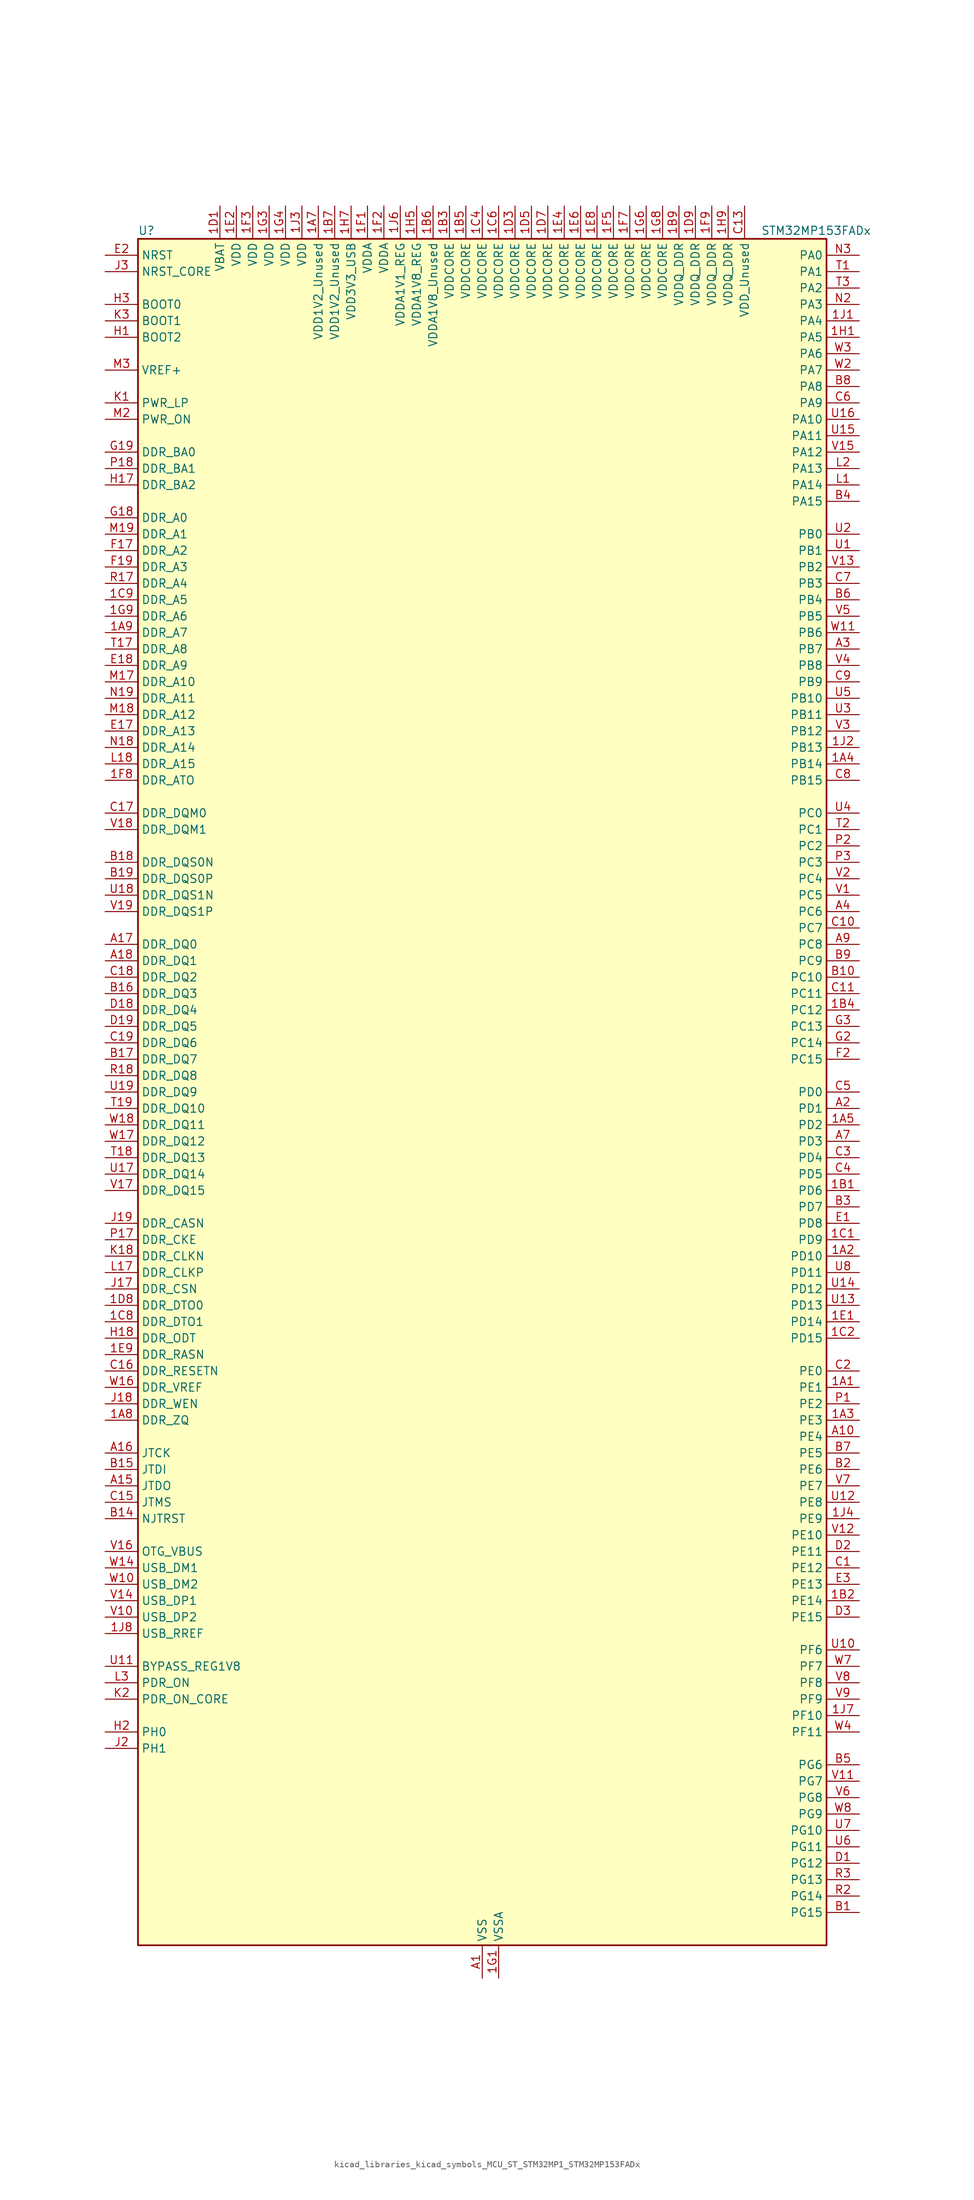
<source format=kicad_sym>
(kicad_symbol_lib
  (version 20220914)
  (generator kicad_symbol_editor)
  (symbol "kicad_libraries_kicad_symbols_MCU_ST_STM32MP1_STM32MP153FADx"
    (property "Reference" "U"
      (at -53.34 133.35 0)
      (effects (font (size 1.27 1.27)) (justify left)))
    (property "Value" "STM32MP153FADx"
      (at 43.18 133.35 0)
      (effects (font (size 1.27 1.27)) (justify left)))
    (property "ki_locked" ""
      (at 0 0 0)
      (effects (font (size 1.27 1.27))))
    (symbol "kicad_libraries_kicad_symbols_MCU_ST_STM32MP1_STM32MP153FADx_0_1"
      (rectangle (start -53.34 -132.08) (end 53.34 132.08) (stroke (width 0.254) (type default)) (fill (type background))))
    (symbol "kicad_libraries_kicad_symbols_MCU_ST_STM32MP1_STM32MP153FADx_1_1"
      (pin bidirectional line (at 58.42 -45.72 180) (length 5.08) (name "PE1" (effects (font (size 1.27 1.27)))) (number "1A1" (effects (font (size 1.27 1.27)))) (alternate "DCMI_D3" bidirectional line) (alternate "FMC_NBL1" bidirectional line) (alternate "I2S2_MCK" bidirectional line) (alternate "LPTIM1_IN2" bidirectional line) (alternate "SAI3_SD_B" bidirectional line) (alternate "UART8_TX" bidirectional line))
      (pin bidirectional line (at 58.42 -25.4 180) (length 5.08) (name "PD10" (effects (font (size 1.27 1.27)))) (number "1A2" (effects (font (size 1.27 1.27)))) (alternate "DFSDM1_CKOUT" bidirectional line) (alternate "FMC_D15" bidirectional line) (alternate "FMC_DA15" bidirectional line) (alternate "I2C5_SMBA" bidirectional line) (alternate "I2S3_SDI" bidirectional line) (alternate "LTDC_B3" bidirectional line) (alternate "RTC_REFIN" bidirectional line) (alternate "SAI3_FS_B" bidirectional line) (alternate "SPI3_MISO" bidirectional line) (alternate "TIM16_BKIN" bidirectional line) (alternate "USART3_CK" bidirectional line))
      (pin bidirectional line (at 58.42 -50.8 180) (length 5.08) (name "PE3" (effects (font (size 1.27 1.27)))) (number "1A3" (effects (font (size 1.27 1.27)))) (alternate "DEBUG_TRACED0" bidirectional line) (alternate "FMC_A19" bidirectional line) (alternate "SAI1_SD_B" bidirectional line) (alternate "SDMMC2_CK" bidirectional line) (alternate "TIM15_BKIN" bidirectional line))
      (pin bidirectional line (at 58.42 50.8 180) (length 5.08) (name "PB14" (effects (font (size 1.27 1.27)))) (number "1A4" (effects (font (size 1.27 1.27)))) (alternate "DFSDM1_DATIN2" bidirectional line) (alternate "I2S2_SDI" bidirectional line) (alternate "SDMMC2_D0" bidirectional line) (alternate "SPI2_MISO" bidirectional line) (alternate "TIM12_CH1" bidirectional line) (alternate "TIM1_CH2N" bidirectional line) (alternate "TIM8_CH2N" bidirectional line) (alternate "USART1_TX" bidirectional line) (alternate "USART3_DE" bidirectional line) (alternate "USART3_RTS" bidirectional line))
      (pin bidirectional line (at 58.42 -5.08 180) (length 5.08) (name "PD2" (effects (font (size 1.27 1.27)))) (number "1A5" (effects (font (size 1.27 1.27)))) (alternate "DCMI_D11" bidirectional line) (alternate "I2C5_SMBA" bidirectional line) (alternate "SDMMC1_CMD" bidirectional line) (alternate "TIM3_ETR" bidirectional line) (alternate "UART4_RX" bidirectional line) (alternate "UART5_RX" bidirectional line))
      (pin passive line (at 0 -137.16 90) (length 5.08) hide (name "VSS" (effects (font (size 1.27 1.27)))) (number "1A6" (effects (font (size 1.27 1.27)))))
      (pin power_in line (at -25.4 137.16 270) (length 5.08) (name "VDD1V2_Unused" (effects (font (size 1.27 1.27)))) (number "1A7" (effects (font (size 1.27 1.27)))))
      (pin bidirectional line (at -58.42 -50.8 0) (length 5.08) (name "DDR_ZQ" (effects (font (size 1.27 1.27)))) (number "1A8" (effects (font (size 1.27 1.27)))) (alternate "DDR_ZQ" bidirectional line))
      (pin bidirectional line (at -58.42 71.12 0) (length 5.08) (name "DDR_A7" (effects (font (size 1.27 1.27)))) (number "1A9" (effects (font (size 1.27 1.27)))) (alternate "DDR_A7" bidirectional line))
      (pin bidirectional line (at 58.42 -15.24 180) (length 5.08) (name "PD6" (effects (font (size 1.27 1.27)))) (number "1B1" (effects (font (size 1.27 1.27)))) (alternate "DCMI_D10" bidirectional line) (alternate "DFSDM1_CKIN4" bidirectional line) (alternate "DFSDM1_DATIN1" bidirectional line) (alternate "FMC_NWAIT" bidirectional line) (alternate "I2S3_SDO" bidirectional line) (alternate "LTDC_B2" bidirectional line) (alternate "SAI1_D1" bidirectional line) (alternate "SAI1_SD_A" bidirectional line) (alternate "SPI3_MOSI" bidirectional line) (alternate "TIM16_CH1N" bidirectional line) (alternate "USART2_RX" bidirectional line))
      (pin bidirectional line (at 58.42 -78.74 180) (length 5.08) (name "PE14" (effects (font (size 1.27 1.27)))) (number "1B2" (effects (font (size 1.27 1.27)))) (alternate "FMC_D11" bidirectional line) (alternate "FMC_DA11" bidirectional line) (alternate "LTDC_CLK" bidirectional line) (alternate "LTDC_G0" bidirectional line) (alternate "SAI2_MCLK_B" bidirectional line) (alternate "SDMMC1_D123DIR" bidirectional line) (alternate "SPI4_MOSI" bidirectional line) (alternate "TIM1_CH4" bidirectional line) (alternate "UART8_DE" bidirectional line) (alternate "UART8_RTS" bidirectional line))
      (pin power_in line (at -5.08 137.16 270) (length 5.08) (name "VDDCORE" (effects (font (size 1.27 1.27)))) (number "1B3" (effects (font (size 1.27 1.27)))))
      (pin bidirectional line (at 58.42 12.7 180) (length 5.08) (name "PC12" (effects (font (size 1.27 1.27)))) (number "1B4" (effects (font (size 1.27 1.27)))) (alternate "DCMI_D9" bidirectional line) (alternate "DEBUG_TRACECLK" bidirectional line) (alternate "I2S3_SDO" bidirectional line) (alternate "RCC_MCO_2" bidirectional line) (alternate "SAI4_D3" bidirectional line) (alternate "SAI4_SD_B" bidirectional line) (alternate "SDMMC1_CK" bidirectional line) (alternate "SPI3_MOSI" bidirectional line) (alternate "UART5_TX" bidirectional line) (alternate "USART3_CK" bidirectional line))
      (pin power_in line (at -2.54 137.16 270) (length 5.08) (name "VDDCORE" (effects (font (size 1.27 1.27)))) (number "1B5" (effects (font (size 1.27 1.27)))))
      (pin power_in line (at -7.62 137.16 270) (length 5.08) (name "VDDA1V8_Unused" (effects (font (size 1.27 1.27)))) (number "1B6" (effects (font (size 1.27 1.27)))))
      (pin power_in line (at -22.86 137.16 270) (length 5.08) (name "VDD1V2_Unused" (effects (font (size 1.27 1.27)))) (number "1B7" (effects (font (size 1.27 1.27)))))
      (pin passive line (at 0 -137.16 90) (length 5.08) hide (name "VSS" (effects (font (size 1.27 1.27)))) (number "1B8" (effects (font (size 1.27 1.27)))))
      (pin power_in line (at 30.48 137.16 270) (length 5.08) (name "VDDQ_DDR" (effects (font (size 1.27 1.27)))) (number "1B9" (effects (font (size 1.27 1.27)))))
      (pin bidirectional line (at 58.42 -22.86 180) (length 5.08) (name "PD9" (effects (font (size 1.27 1.27)))) (number "1C1" (effects (font (size 1.27 1.27)))) (alternate "DAC1_EXTI9" bidirectional line) (alternate "DCMI_HSYNC" bidirectional line) (alternate "DFSDM1_DATIN3" bidirectional line) (alternate "FMC_D14" bidirectional line) (alternate "FMC_DA14" bidirectional line) (alternate "LTDC_B0" bidirectional line) (alternate "SAI3_SD_B" bidirectional line) (alternate "USART3_RX" bidirectional line))
      (pin bidirectional line (at 58.42 -38.1 180) (length 5.08) (name "PD15" (effects (font (size 1.27 1.27)))) (number "1C2" (effects (font (size 1.27 1.27)))) (alternate "ADC1_EXTI15" bidirectional line) (alternate "ADC2_EXTI15" bidirectional line) (alternate "FMC_D1" bidirectional line) (alternate "FMC_DA1" bidirectional line) (alternate "LTDC_R1" bidirectional line) (alternate "SAI3_MCLK_A" bidirectional line) (alternate "TIM4_CH4" bidirectional line) (alternate "UART8_CTS" bidirectional line))
      (pin passive line (at 0 -137.16 90) (length 5.08) hide (name "VSS" (effects (font (size 1.27 1.27)))) (number "1C3" (effects (font (size 1.27 1.27)))))
      (pin power_in line (at 0 137.16 270) (length 5.08) (name "VDDCORE" (effects (font (size 1.27 1.27)))) (number "1C4" (effects (font (size 1.27 1.27)))))
      (pin passive line (at 0 -137.16 90) (length 5.08) hide (name "VSS" (effects (font (size 1.27 1.27)))) (number "1C5" (effects (font (size 1.27 1.27)))))
      (pin power_in line (at 2.54 137.16 270) (length 5.08) (name "VDDCORE" (effects (font (size 1.27 1.27)))) (number "1C6" (effects (font (size 1.27 1.27)))))
      (pin passive line (at 0 -137.16 90) (length 5.08) hide (name "VSS" (effects (font (size 1.27 1.27)))) (number "1C7" (effects (font (size 1.27 1.27)))))
      (pin bidirectional line (at -58.42 -35.56 0) (length 5.08) (name "DDR_DTO1" (effects (font (size 1.27 1.27)))) (number "1C8" (effects (font (size 1.27 1.27)))) (alternate "DDR_DTO1" bidirectional line))
      (pin bidirectional line (at -58.42 76.2 0) (length 5.08) (name "DDR_A5" (effects (font (size 1.27 1.27)))) (number "1C9" (effects (font (size 1.27 1.27)))) (alternate "DDR_A5" bidirectional line))
      (pin power_in line (at -40.64 137.16 270) (length 5.08) (name "VBAT" (effects (font (size 1.27 1.27)))) (number "1D1" (effects (font (size 1.27 1.27)))))
      (pin passive line (at 0 -137.16 90) (length 5.08) hide (name "VSS" (effects (font (size 1.27 1.27)))) (number "1D2" (effects (font (size 1.27 1.27)))))
      (pin power_in line (at 5.08 137.16 270) (length 5.08) (name "VDDCORE" (effects (font (size 1.27 1.27)))) (number "1D3" (effects (font (size 1.27 1.27)))))
      (pin passive line (at 0 -137.16 90) (length 5.08) hide (name "VSS" (effects (font (size 1.27 1.27)))) (number "1D4" (effects (font (size 1.27 1.27)))))
      (pin power_in line (at 7.62 137.16 270) (length 5.08) (name "VDDCORE" (effects (font (size 1.27 1.27)))) (number "1D5" (effects (font (size 1.27 1.27)))))
      (pin passive line (at 0 -137.16 90) (length 5.08) hide (name "VSS" (effects (font (size 1.27 1.27)))) (number "1D6" (effects (font (size 1.27 1.27)))))
      (pin power_in line (at 10.16 137.16 270) (length 5.08) (name "VDDCORE" (effects (font (size 1.27 1.27)))) (number "1D7" (effects (font (size 1.27 1.27)))))
      (pin bidirectional line (at -58.42 -33.02 0) (length 5.08) (name "DDR_DTO0" (effects (font (size 1.27 1.27)))) (number "1D8" (effects (font (size 1.27 1.27)))) (alternate "DDR_DTO0" bidirectional line))
      (pin power_in line (at 33.02 137.16 270) (length 5.08) (name "VDDQ_DDR" (effects (font (size 1.27 1.27)))) (number "1D9" (effects (font (size 1.27 1.27)))))
      (pin bidirectional line (at 58.42 -35.56 180) (length 5.08) (name "PD14" (effects (font (size 1.27 1.27)))) (number "1E1" (effects (font (size 1.27 1.27)))) (alternate "FMC_D0" bidirectional line) (alternate "FMC_DA0" bidirectional line) (alternate "SAI3_MCLK_B" bidirectional line) (alternate "TIM4_CH3" bidirectional line) (alternate "UART8_CTS" bidirectional line))
      (pin power_in line (at -38.1 137.16 270) (length 5.08) (name "VDD" (effects (font (size 1.27 1.27)))) (number "1E2" (effects (font (size 1.27 1.27)))))
      (pin passive line (at 0 -137.16 90) (length 5.08) hide (name "VSS" (effects (font (size 1.27 1.27)))) (number "1E3" (effects (font (size 1.27 1.27)))))
      (pin power_in line (at 12.7 137.16 270) (length 5.08) (name "VDDCORE" (effects (font (size 1.27 1.27)))) (number "1E4" (effects (font (size 1.27 1.27)))))
      (pin passive line (at 0 -137.16 90) (length 5.08) hide (name "VSS" (effects (font (size 1.27 1.27)))) (number "1E5" (effects (font (size 1.27 1.27)))))
      (pin power_in line (at 15.24 137.16 270) (length 5.08) (name "VDDCORE" (effects (font (size 1.27 1.27)))) (number "1E6" (effects (font (size 1.27 1.27)))))
      (pin passive line (at 0 -137.16 90) (length 5.08) hide (name "VSS" (effects (font (size 1.27 1.27)))) (number "1E7" (effects (font (size 1.27 1.27)))))
      (pin power_in line (at 17.78 137.16 270) (length 5.08) (name "VDDCORE" (effects (font (size 1.27 1.27)))) (number "1E8" (effects (font (size 1.27 1.27)))))
      (pin bidirectional line (at -58.42 -40.64 0) (length 5.08) (name "DDR_RASN" (effects (font (size 1.27 1.27)))) (number "1E9" (effects (font (size 1.27 1.27)))) (alternate "DDR_RASN" bidirectional line))
      (pin power_in line (at -17.78 137.16 270) (length 5.08) (name "VDDA" (effects (font (size 1.27 1.27)))) (number "1F1" (effects (font (size 1.27 1.27)))))
      (pin power_in line (at -15.24 137.16 270) (length 5.08) (name "VDDA" (effects (font (size 1.27 1.27)))) (number "1F2" (effects (font (size 1.27 1.27)))))
      (pin power_in line (at -35.56 137.16 270) (length 5.08) (name "VDD" (effects (font (size 1.27 1.27)))) (number "1F3" (effects (font (size 1.27 1.27)))))
      (pin passive line (at 0 -137.16 90) (length 5.08) hide (name "VSS" (effects (font (size 1.27 1.27)))) (number "1F4" (effects (font (size 1.27 1.27)))))
      (pin power_in line (at 20.32 137.16 270) (length 5.08) (name "VDDCORE" (effects (font (size 1.27 1.27)))) (number "1F5" (effects (font (size 1.27 1.27)))))
      (pin passive line (at 0 -137.16 90) (length 5.08) hide (name "VSS" (effects (font (size 1.27 1.27)))) (number "1F6" (effects (font (size 1.27 1.27)))))
      (pin power_in line (at 22.86 137.16 270) (length 5.08) (name "VDDCORE" (effects (font (size 1.27 1.27)))) (number "1F7" (effects (font (size 1.27 1.27)))))
      (pin bidirectional line (at -58.42 48.26 0) (length 5.08) (name "DDR_ATO" (effects (font (size 1.27 1.27)))) (number "1F8" (effects (font (size 1.27 1.27)))) (alternate "DDR_ATO" bidirectional line))
      (pin power_in line (at 35.56 137.16 270) (length 5.08) (name "VDDQ_DDR" (effects (font (size 1.27 1.27)))) (number "1F9" (effects (font (size 1.27 1.27)))))
      (pin power_in line (at 2.54 -137.16 90) (length 5.08) (name "VSSA" (effects (font (size 1.27 1.27)))) (number "1G1" (effects (font (size 1.27 1.27)))))
      (pin passive line (at 0 -137.16 90) (length 5.08) hide (name "VSS" (effects (font (size 1.27 1.27)))) (number "1G2" (effects (font (size 1.27 1.27)))))
      (pin power_in line (at -33.02 137.16 270) (length 5.08) (name "VDD" (effects (font (size 1.27 1.27)))) (number "1G3" (effects (font (size 1.27 1.27)))))
      (pin power_in line (at -30.48 137.16 270) (length 5.08) (name "VDD" (effects (font (size 1.27 1.27)))) (number "1G4" (effects (font (size 1.27 1.27)))))
      (pin passive line (at 0 -137.16 90) (length 5.08) hide (name "VSS" (effects (font (size 1.27 1.27)))) (number "1G5" (effects (font (size 1.27 1.27)))))
      (pin power_in line (at 25.4 137.16 270) (length 5.08) (name "VDDCORE" (effects (font (size 1.27 1.27)))) (number "1G6" (effects (font (size 1.27 1.27)))))
      (pin passive line (at 0 -137.16 90) (length 5.08) hide (name "VSS" (effects (font (size 1.27 1.27)))) (number "1G7" (effects (font (size 1.27 1.27)))))
      (pin power_in line (at 27.94 137.16 270) (length 5.08) (name "VDDCORE" (effects (font (size 1.27 1.27)))) (number "1G8" (effects (font (size 1.27 1.27)))))
      (pin bidirectional line (at -58.42 73.66 0) (length 5.08) (name "DDR_A6" (effects (font (size 1.27 1.27)))) (number "1G9" (effects (font (size 1.27 1.27)))) (alternate "DDR_A6" bidirectional line))
      (pin bidirectional line (at 58.42 116.84 180) (length 5.08) (name "PA5" (effects (font (size 1.27 1.27)))) (number "1H1" (effects (font (size 1.27 1.27)))) (alternate "ADC1_INN18" bidirectional line) (alternate "ADC1_INP19" bidirectional line) (alternate "ADC2_INN18" bidirectional line) (alternate "ADC2_INP19" bidirectional line) (alternate "DAC1_OUT2" bidirectional line) (alternate "I2S1_CK" bidirectional line) (alternate "LTDC_R4" bidirectional line) (alternate "SAI4_CK1" bidirectional line) (alternate "SAI4_MCLK_A" bidirectional line) (alternate "SPI1_SCK" bidirectional line) (alternate "SPI6_SCK" bidirectional line) (alternate "TIM2_CH1" bidirectional line) (alternate "TIM2_ETR" bidirectional line) (alternate "TIM8_CH1N" bidirectional line))
      (pin passive line (at 0 -137.16 90) (length 5.08) hide (name "VSS" (effects (font (size 1.27 1.27)))) (number "1H2" (effects (font (size 1.27 1.27)))))
      (pin passive line (at 0 -137.16 90) (length 5.08) hide (name "VSS" (effects (font (size 1.27 1.27)))) (number "1H3" (effects (font (size 1.27 1.27)))))
      (pin passive line (at 0 -137.16 90) (length 5.08) hide (name "VSS" (effects (font (size 1.27 1.27)))) (number "1H4" (effects (font (size 1.27 1.27)))))
      (pin power_in line (at -10.16 137.16 270) (length 5.08) (name "VDDA1V8_REG" (effects (font (size 1.27 1.27)))) (number "1H5" (effects (font (size 1.27 1.27)))))
      (pin passive line (at 0 -137.16 90) (length 5.08) hide (name "VSS" (effects (font (size 1.27 1.27)))) (number "1H6" (effects (font (size 1.27 1.27)))))
      (pin power_in line (at -20.32 137.16 270) (length 5.08) (name "VDD3V3_USB" (effects (font (size 1.27 1.27)))) (number "1H7" (effects (font (size 1.27 1.27)))))
      (pin passive line (at 0 -137.16 90) (length 5.08) hide (name "VSS" (effects (font (size 1.27 1.27)))) (number "1H8" (effects (font (size 1.27 1.27)))))
      (pin power_in line (at 38.1 137.16 270) (length 5.08) (name "VDDQ_DDR" (effects (font (size 1.27 1.27)))) (number "1H9" (effects (font (size 1.27 1.27)))))
      (pin bidirectional line (at 58.42 119.38 180) (length 5.08) (name "PA4" (effects (font (size 1.27 1.27)))) (number "1J1" (effects (font (size 1.27 1.27)))) (alternate "ADC1_INP18" bidirectional line) (alternate "ADC2_INP18" bidirectional line) (alternate "DAC1_OUT1" bidirectional line) (alternate "DCMI_HSYNC" bidirectional line) (alternate "HDP_HDP0" bidirectional line) (alternate "I2S1_WS" bidirectional line) (alternate "I2S3_WS" bidirectional line) (alternate "LTDC_VSYNC" bidirectional line) (alternate "SAI4_D2" bidirectional line) (alternate "SAI4_FS_A" bidirectional line) (alternate "SPI1_NSS" bidirectional line) (alternate "SPI3_NSS" bidirectional line) (alternate "SPI6_NSS" bidirectional line) (alternate "TIM5_ETR" bidirectional line) (alternate "USART2_CK" bidirectional line))
      (pin bidirectional line (at 58.42 53.34 180) (length 5.08) (name "PB13" (effects (font (size 1.27 1.27)))) (number "1J2" (effects (font (size 1.27 1.27)))) (alternate "DFSDM1_CKIN1" bidirectional line) (alternate "DFSDM1_CKOUT" bidirectional line) (alternate "ETH1_TXD1" bidirectional line) (alternate "FDCAN2_TX" bidirectional line) (alternate "I2S2_CK" bidirectional line) (alternate "LPTIM2_OUT" bidirectional line) (alternate "SPI2_SCK" bidirectional line) (alternate "TIM1_CH1N" bidirectional line) (alternate "UART5_TX" bidirectional line) (alternate "USART3_CTS" bidirectional line) (alternate "USART3_NSS" bidirectional line))
      (pin power_in line (at -27.94 137.16 270) (length 5.08) (name "VDD" (effects (font (size 1.27 1.27)))) (number "1J3" (effects (font (size 1.27 1.27)))))
      (pin bidirectional line (at 58.42 -66.04 180) (length 5.08) (name "PE9" (effects (font (size 1.27 1.27)))) (number "1J4" (effects (font (size 1.27 1.27)))) (alternate "DAC1_EXTI9" bidirectional line) (alternate "DFSDM1_CKOUT" bidirectional line) (alternate "FMC_D6" bidirectional line) (alternate "FMC_DA6" bidirectional line) (alternate "QUADSPI_BK2_IO2" bidirectional line) (alternate "TIM1_CH1" bidirectional line) (alternate "UART7_DE" bidirectional line) (alternate "UART7_RTS" bidirectional line))
      (pin passive line (at 0 -137.16 90) (length 5.08) hide (name "VSS" (effects (font (size 1.27 1.27)))) (number "1J5" (effects (font (size 1.27 1.27)))))
      (pin power_in line (at -12.7 137.16 270) (length 5.08) (name "VDDA1V1_REG" (effects (font (size 1.27 1.27)))) (number "1J6" (effects (font (size 1.27 1.27)))))
      (pin bidirectional line (at 58.42 -96.52 180) (length 5.08) (name "PF10" (effects (font (size 1.27 1.27)))) (number "1J7" (effects (font (size 1.27 1.27)))) (alternate "DCMI_D11" bidirectional line) (alternate "LTDC_DE" bidirectional line) (alternate "QUADSPI_CLK" bidirectional line) (alternate "SAI1_D3" bidirectional line) (alternate "SAI1_D4" bidirectional line) (alternate "SAI4_D3" bidirectional line) (alternate "SAI4_D4" bidirectional line) (alternate "TIM16_BKIN" bidirectional line))
      (pin bidirectional line (at -58.42 -83.82 0) (length 5.08) (name "USB_RREF" (effects (font (size 1.27 1.27)))) (number "1J8" (effects (font (size 1.27 1.27)))))
      (pin passive line (at 0 -137.16 90) (length 5.08) hide (name "VSS" (effects (font (size 1.27 1.27)))) (number "1J9" (effects (font (size 1.27 1.27)))))
      (pin power_in line (at 0 -137.16 90) (length 5.08) (name "VSS" (effects (font (size 1.27 1.27)))) (number "A1" (effects (font (size 1.27 1.27)))))
      (pin bidirectional line (at 58.42 -53.34 180) (length 5.08) (name "PE4" (effects (font (size 1.27 1.27)))) (number "A10" (effects (font (size 1.27 1.27)))) (alternate "DCMI_D4" bidirectional line) (alternate "DEBUG_TRACED1" bidirectional line) (alternate "DFSDM1_DATIN3" bidirectional line) (alternate "FMC_A20" bidirectional line) (alternate "LTDC_B0" bidirectional line) (alternate "SAI1_D2" bidirectional line) (alternate "SAI1_FS_A" bidirectional line) (alternate "SDMMC1_CKIN" bidirectional line) (alternate "SDMMC1_D4" bidirectional line) (alternate "SDMMC2_CKIN" bidirectional line) (alternate "SDMMC2_D4" bidirectional line) (alternate "SPI4_NSS" bidirectional line) (alternate "TIM15_CH1N" bidirectional line))
      (pin no_connect line (at -53.34 -132.08 0) (length 5.08) hide (name "DNU" (effects (font (size 1.27 1.27)))) (number "A12" (effects (font (size 1.27 1.27)))))
      (pin no_connect line (at -53.34 -129.54 0) (length 5.08) hide (name "DNU" (effects (font (size 1.27 1.27)))) (number "A13" (effects (font (size 1.27 1.27)))))
      (pin bidirectional line (at -58.42 -60.96 0) (length 5.08) (name "JTDO" (effects (font (size 1.27 1.27)))) (number "A15" (effects (font (size 1.27 1.27)))) (alternate "DEBUG_JTDO-SWO" bidirectional line))
      (pin bidirectional line (at -58.42 -55.88 0) (length 5.08) (name "JTCK" (effects (font (size 1.27 1.27)))) (number "A16" (effects (font (size 1.27 1.27)))) (alternate "DEBUG_JTCK-SWCLK" bidirectional line))
      (pin bidirectional line (at -58.42 22.86 0) (length 5.08) (name "DDR_DQ0" (effects (font (size 1.27 1.27)))) (number "A17" (effects (font (size 1.27 1.27)))) (alternate "DDR_DQ0" bidirectional line))
      (pin bidirectional line (at -58.42 20.32 0) (length 5.08) (name "DDR_DQ1" (effects (font (size 1.27 1.27)))) (number "A18" (effects (font (size 1.27 1.27)))) (alternate "DDR_DQ1" bidirectional line))
      (pin passive line (at 0 -137.16 90) (length 5.08) hide (name "VSS" (effects (font (size 1.27 1.27)))) (number "A19" (effects (font (size 1.27 1.27)))))
      (pin bidirectional line (at 58.42 -2.54 180) (length 5.08) (name "PD1" (effects (font (size 1.27 1.27)))) (number "A2" (effects (font (size 1.27 1.27)))) (alternate "DFSDM1_CKIN7" bidirectional line) (alternate "DFSDM1_DATIN6" bidirectional line) (alternate "FDCAN1_TX" bidirectional line) (alternate "FMC_D3" bidirectional line) (alternate "FMC_DA3" bidirectional line) (alternate "I2C5_SCL" bidirectional line) (alternate "I2C6_SCL" bidirectional line) (alternate "SAI3_SD_A" bidirectional line) (alternate "SDMMC3_D0" bidirectional line) (alternate "UART4_TX" bidirectional line))
      (pin bidirectional line (at 58.42 68.58 180) (length 5.08) (name "PB7" (effects (font (size 1.27 1.27)))) (number "A3" (effects (font (size 1.27 1.27)))) (alternate "DCMI_VSYNC" bidirectional line) (alternate "DFSDM1_CKIN5" bidirectional line) (alternate "FMC_NL" bidirectional line) (alternate "I2C1_SDA" bidirectional line) (alternate "I2C4_SDA" bidirectional line) (alternate "SDMMC2_D1" bidirectional line) (alternate "TIM17_CH1N" bidirectional line) (alternate "TIM4_CH2" bidirectional line) (alternate "USART1_RX" bidirectional line))
      (pin bidirectional line (at 58.42 27.94 180) (length 5.08) (name "PC6" (effects (font (size 1.27 1.27)))) (number "A4" (effects (font (size 1.27 1.27)))) (alternate "DCMI_D0" bidirectional line) (alternate "DFSDM1_CKIN3" bidirectional line) (alternate "HDP_HDP1" bidirectional line) (alternate "I2S2_MCK" bidirectional line) (alternate "LTDC_HSYNC" bidirectional line) (alternate "SDMMC1_D0DIR" bidirectional line) (alternate "SDMMC1_D6" bidirectional line) (alternate "SDMMC2_D0DIR" bidirectional line) (alternate "SDMMC2_D6" bidirectional line) (alternate "TIM3_CH1" bidirectional line) (alternate "TIM8_CH1" bidirectional line) (alternate "USART6_TX" bidirectional line))
      (pin passive line (at 0 -137.16 90) (length 5.08) hide (name "VSS" (effects (font (size 1.27 1.27)))) (number "A6" (effects (font (size 1.27 1.27)))))
      (pin bidirectional line (at 58.42 -7.62 180) (length 5.08) (name "PD3" (effects (font (size 1.27 1.27)))) (number "A7" (effects (font (size 1.27 1.27)))) (alternate "DCMI_D5" bidirectional line) (alternate "DFSDM1_CKOUT" bidirectional line) (alternate "DFSDM1_DATIN0" bidirectional line) (alternate "FMC_CLK" bidirectional line) (alternate "HDP_HDP5" bidirectional line) (alternate "I2S2_CK" bidirectional line) (alternate "LTDC_G7" bidirectional line) (alternate "SDMMC1_D123DIR" bidirectional line) (alternate "SDMMC1_D7" bidirectional line) (alternate "SDMMC2_D123DIR" bidirectional line) (alternate "SDMMC2_D7" bidirectional line) (alternate "SPI2_SCK" bidirectional line) (alternate "USART2_CTS" bidirectional line) (alternate "USART2_NSS" bidirectional line))
      (pin bidirectional line (at 58.42 22.86 180) (length 5.08) (name "PC8" (effects (font (size 1.27 1.27)))) (number "A9" (effects (font (size 1.27 1.27)))) (alternate "DCMI_D2" bidirectional line) (alternate "DEBUG_TRACED0" bidirectional line) (alternate "SDMMC1_D0" bidirectional line) (alternate "TIM3_CH3" bidirectional line) (alternate "TIM8_CH3" bidirectional line) (alternate "UART4_TX" bidirectional line) (alternate "UART5_DE" bidirectional line) (alternate "UART5_RTS" bidirectional line) (alternate "USART6_CK" bidirectional line))
      (pin bidirectional line (at 58.42 -127 180) (length 5.08) (name "PG15" (effects (font (size 1.27 1.27)))) (number "B1" (effects (font (size 1.27 1.27)))) (alternate "ADC1_EXTI15" bidirectional line) (alternate "ADC2_EXTI15" bidirectional line) (alternate "DCMI_D13" bidirectional line) (alternate "DEBUG_TRACED7" bidirectional line) (alternate "I2C2_SDA" bidirectional line) (alternate "SAI1_D2" bidirectional line) (alternate "SAI1_FS_A" bidirectional line) (alternate "SDMMC3_CK" bidirectional line) (alternate "USART6_CTS" bidirectional line) (alternate "USART6_NSS" bidirectional line))
      (pin bidirectional line (at 58.42 17.78 180) (length 5.08) (name "PC10" (effects (font (size 1.27 1.27)))) (number "B10" (effects (font (size 1.27 1.27)))) (alternate "DCMI_D8" bidirectional line) (alternate "DEBUG_TRACED2" bidirectional line) (alternate "DFSDM1_CKIN5" bidirectional line) (alternate "I2S3_CK" bidirectional line) (alternate "LTDC_R2" bidirectional line) (alternate "QUADSPI_BK1_IO1" bidirectional line) (alternate "SAI4_MCLK_B" bidirectional line) (alternate "SDMMC1_D2" bidirectional line) (alternate "SPI3_SCK" bidirectional line) (alternate "UART4_TX" bidirectional line) (alternate "USART3_TX" bidirectional line))
      (pin no_connect line (at -53.34 -127 0) (length 5.08) hide (name "DNU" (effects (font (size 1.27 1.27)))) (number "B11" (effects (font (size 1.27 1.27)))))
      (pin no_connect line (at -53.34 -124.46 0) (length 5.08) hide (name "DNU" (effects (font (size 1.27 1.27)))) (number "B12" (effects (font (size 1.27 1.27)))))
      (pin no_connect line (at -53.34 -121.92 0) (length 5.08) hide (name "DNU" (effects (font (size 1.27 1.27)))) (number "B13" (effects (font (size 1.27 1.27)))))
      (pin bidirectional line (at -58.42 -66.04 0) (length 5.08) (name "NJTRST" (effects (font (size 1.27 1.27)))) (number "B14" (effects (font (size 1.27 1.27)))) (alternate "DEBUG_JTRST" bidirectional line))
      (pin bidirectional line (at -58.42 -58.42 0) (length 5.08) (name "JTDI" (effects (font (size 1.27 1.27)))) (number "B15" (effects (font (size 1.27 1.27)))) (alternate "DEBUG_JTDI" bidirectional line))
      (pin bidirectional line (at -58.42 15.24 0) (length 5.08) (name "DDR_DQ3" (effects (font (size 1.27 1.27)))) (number "B16" (effects (font (size 1.27 1.27)))) (alternate "DDR_DQ3" bidirectional line))
      (pin bidirectional line (at -58.42 5.08 0) (length 5.08) (name "DDR_DQ7" (effects (font (size 1.27 1.27)))) (number "B17" (effects (font (size 1.27 1.27)))) (alternate "DDR_DQ7" bidirectional line))
      (pin bidirectional line (at -58.42 35.56 0) (length 5.08) (name "DDR_DQS0N" (effects (font (size 1.27 1.27)))) (number "B18" (effects (font (size 1.27 1.27)))) (alternate "DDR_DQS0N" bidirectional line))
      (pin bidirectional line (at -58.42 33.02 0) (length 5.08) (name "DDR_DQS0P" (effects (font (size 1.27 1.27)))) (number "B19" (effects (font (size 1.27 1.27)))) (alternate "DDR_DQS0P" bidirectional line))
      (pin bidirectional line (at 58.42 -58.42 180) (length 5.08) (name "PE6" (effects (font (size 1.27 1.27)))) (number "B2" (effects (font (size 1.27 1.27)))) (alternate "DCMI_D7" bidirectional line) (alternate "DEBUG_TRACED2" bidirectional line) (alternate "FMC_A22" bidirectional line) (alternate "LTDC_G1" bidirectional line) (alternate "SAI1_D1" bidirectional line) (alternate "SAI1_SD_A" bidirectional line) (alternate "SAI2_MCLK_B" bidirectional line) (alternate "SDMMC1_D2" bidirectional line) (alternate "SDMMC2_D0" bidirectional line) (alternate "SPI4_MOSI" bidirectional line) (alternate "TIM15_CH2" bidirectional line) (alternate "TIM1_BKIN2" bidirectional line))
      (pin bidirectional line (at 58.42 -17.78 180) (length 5.08) (name "PD7" (effects (font (size 1.27 1.27)))) (number "B3" (effects (font (size 1.27 1.27)))) (alternate "DEBUG_TRACED6" bidirectional line) (alternate "DFSDM1_CKIN1" bidirectional line) (alternate "DFSDM1_DATIN4" bidirectional line) (alternate "FMC_NE1" bidirectional line) (alternate "I2C2_SCL" bidirectional line) (alternate "SDMMC3_D3" bidirectional line) (alternate "SPDIFRX_IN0" bidirectional line) (alternate "USART2_CK" bidirectional line))
      (pin bidirectional line (at 58.42 91.44 180) (length 5.08) (name "PA15" (effects (font (size 1.27 1.27)))) (number "B4" (effects (font (size 1.27 1.27)))) (alternate "ADC1_EXTI15" bidirectional line) (alternate "ADC2_EXTI15" bidirectional line) (alternate "CEC" bidirectional line) (alternate "DEBUG_DBTRGI" bidirectional line) (alternate "I2S1_WS" bidirectional line) (alternate "I2S3_WS" bidirectional line) (alternate "LTDC_R1" bidirectional line) (alternate "SAI4_D2" bidirectional line) (alternate "SAI4_FS_A" bidirectional line) (alternate "SDMMC1_CDIR" bidirectional line) (alternate "SDMMC1_D5" bidirectional line) (alternate "SDMMC2_CDIR" bidirectional line) (alternate "SDMMC2_D5" bidirectional line) (alternate "SPI1_NSS" bidirectional line) (alternate "SPI3_NSS" bidirectional line) (alternate "SPI6_NSS" bidirectional line) (alternate "TIM2_CH1" bidirectional line) (alternate "TIM2_ETR" bidirectional line) (alternate "UART4_DE" bidirectional line) (alternate "UART4_RTS" bidirectional line) (alternate "UART7_TX" bidirectional line))
      (pin bidirectional line (at 58.42 -104.14 180) (length 5.08) (name "PG6" (effects (font (size 1.27 1.27)))) (number "B5" (effects (font (size 1.27 1.27)))) (alternate "DCMI_D12" bidirectional line) (alternate "DEBUG_TRACED14" bidirectional line) (alternate "LTDC_R7" bidirectional line) (alternate "SDMMC2_CMD" bidirectional line) (alternate "TIM17_BKIN" bidirectional line))
      (pin bidirectional line (at 58.42 76.2 180) (length 5.08) (name "PB4" (effects (font (size 1.27 1.27)))) (number "B6" (effects (font (size 1.27 1.27)))) (alternate "DEBUG_TRACED8" bidirectional line) (alternate "I2S1_SDI" bidirectional line) (alternate "I2S2_WS" bidirectional line) (alternate "I2S3_SDI" bidirectional line) (alternate "SAI4_CK2" bidirectional line) (alternate "SAI4_SCK_A" bidirectional line) (alternate "SDMMC2_D3" bidirectional line) (alternate "SPI1_MISO" bidirectional line) (alternate "SPI2_NSS" bidirectional line) (alternate "SPI3_MISO" bidirectional line) (alternate "SPI6_MISO" bidirectional line) (alternate "TIM16_BKIN" bidirectional line) (alternate "TIM3_CH1" bidirectional line) (alternate "UART7_TX" bidirectional line))
      (pin bidirectional line (at 58.42 -55.88 180) (length 5.08) (name "PE5" (effects (font (size 1.27 1.27)))) (number "B7" (effects (font (size 1.27 1.27)))) (alternate "DCMI_D6" bidirectional line) (alternate "DEBUG_TRACED3" bidirectional line) (alternate "DFSDM1_CKIN3" bidirectional line) (alternate "FMC_A21" bidirectional line) (alternate "LTDC_G0" bidirectional line) (alternate "SAI1_CK2" bidirectional line) (alternate "SAI1_SCK_A" bidirectional line) (alternate "SDMMC1_D0DIR" bidirectional line) (alternate "SDMMC1_D6" bidirectional line) (alternate "SDMMC2_D0DIR" bidirectional line) (alternate "SDMMC2_D6" bidirectional line) (alternate "SPI4_MISO" bidirectional line) (alternate "TIM15_CH1" bidirectional line))
      (pin bidirectional line (at 58.42 109.22 180) (length 5.08) (name "PA8" (effects (font (size 1.27 1.27)))) (number "B8" (effects (font (size 1.27 1.27)))) (alternate "I2C3_SCL" bidirectional line) (alternate "I2S3_SDO" bidirectional line) (alternate "LTDC_R6" bidirectional line) (alternate "RCC_MCO_1" bidirectional line) (alternate "SAI4_SD_B" bidirectional line) (alternate "SDMMC2_CKIN" bidirectional line) (alternate "SDMMC2_D4" bidirectional line) (alternate "SPI3_MOSI" bidirectional line) (alternate "TIM1_CH1" bidirectional line) (alternate "TIM8_BKIN2" bidirectional line) (alternate "UART7_RX" bidirectional line) (alternate "USART1_CK" bidirectional line) (alternate "USB_OTG_HS_SOF" bidirectional line))
      (pin bidirectional line (at 58.42 20.32 180) (length 5.08) (name "PC9" (effects (font (size 1.27 1.27)))) (number "B9" (effects (font (size 1.27 1.27)))) (alternate "DAC1_EXTI9" bidirectional line) (alternate "DCMI_D3" bidirectional line) (alternate "DEBUG_TRACED1" bidirectional line) (alternate "I2C3_SDA" bidirectional line) (alternate "I2S_CKIN" bidirectional line) (alternate "LTDC_B2" bidirectional line) (alternate "QUADSPI_BK1_IO0" bidirectional line) (alternate "SDMMC1_D1" bidirectional line) (alternate "TIM3_CH4" bidirectional line) (alternate "TIM8_CH4" bidirectional line) (alternate "UART5_CTS" bidirectional line))
      (pin bidirectional line (at 58.42 -73.66 180) (length 5.08) (name "PE12" (effects (font (size 1.27 1.27)))) (number "C1" (effects (font (size 1.27 1.27)))) (alternate "DFSDM1_DATIN5" bidirectional line) (alternate "FMC_D9" bidirectional line) (alternate "FMC_DA9" bidirectional line) (alternate "LTDC_B4" bidirectional line) (alternate "SAI2_SCK_B" bidirectional line) (alternate "SDMMC1_D0DIR" bidirectional line) (alternate "SPI4_SCK" bidirectional line) (alternate "TIM1_CH3N" bidirectional line))
      (pin bidirectional line (at 58.42 25.4 180) (length 5.08) (name "PC7" (effects (font (size 1.27 1.27)))) (number "C10" (effects (font (size 1.27 1.27)))) (alternate "DCMI_D1" bidirectional line) (alternate "DFSDM1_DATIN3" bidirectional line) (alternate "HDP_HDP4" bidirectional line) (alternate "I2S3_MCK" bidirectional line) (alternate "LTDC_G6" bidirectional line) (alternate "SDMMC1_D123DIR" bidirectional line) (alternate "SDMMC1_D7" bidirectional line) (alternate "SDMMC2_D123DIR" bidirectional line) (alternate "SDMMC2_D7" bidirectional line) (alternate "TIM3_CH2" bidirectional line) (alternate "TIM8_CH2" bidirectional line) (alternate "USART6_RX" bidirectional line))
      (pin bidirectional line (at 58.42 15.24 180) (length 5.08) (name "PC11" (effects (font (size 1.27 1.27)))) (number "C11" (effects (font (size 1.27 1.27)))) (alternate "ADC1_EXTI11" bidirectional line) (alternate "ADC2_EXTI11" bidirectional line) (alternate "DCMI_D4" bidirectional line) (alternate "DEBUG_TRACED3" bidirectional line) (alternate "DFSDM1_DATIN5" bidirectional line) (alternate "I2S3_SDI" bidirectional line) (alternate "QUADSPI_BK2_NCS" bidirectional line) (alternate "SAI4_SCK_B" bidirectional line) (alternate "SDMMC1_D3" bidirectional line) (alternate "SPI3_MISO" bidirectional line) (alternate "UART4_RX" bidirectional line) (alternate "USART3_RX" bidirectional line))
      (pin no_connect line (at -53.34 -119.38 0) (length 5.08) hide (name "DNU" (effects (font (size 1.27 1.27)))) (number "C12" (effects (font (size 1.27 1.27)))))
      (pin power_in line (at 40.64 137.16 270) (length 5.08) (name "VDD_Unused" (effects (font (size 1.27 1.27)))) (number "C13" (effects (font (size 1.27 1.27)))))
      (pin passive line (at 0 -137.16 90) (length 5.08) hide (name "VSS" (effects (font (size 1.27 1.27)))) (number "C14" (effects (font (size 1.27 1.27)))))
      (pin bidirectional line (at -58.42 -63.5 0) (length 5.08) (name "JTMS" (effects (font (size 1.27 1.27)))) (number "C15" (effects (font (size 1.27 1.27)))) (alternate "DEBUG_JTMS-SWDIO" bidirectional line))
      (pin bidirectional line (at -58.42 -43.18 0) (length 5.08) (name "DDR_RESETN" (effects (font (size 1.27 1.27)))) (number "C16" (effects (font (size 1.27 1.27)))) (alternate "DDR_RESETN" bidirectional line))
      (pin bidirectional line (at -58.42 43.18 0) (length 5.08) (name "DDR_DQM0" (effects (font (size 1.27 1.27)))) (number "C17" (effects (font (size 1.27 1.27)))) (alternate "DDR_DQM0" bidirectional line))
      (pin bidirectional line (at -58.42 17.78 0) (length 5.08) (name "DDR_DQ2" (effects (font (size 1.27 1.27)))) (number "C18" (effects (font (size 1.27 1.27)))) (alternate "DDR_DQ2" bidirectional line))
      (pin bidirectional line (at -58.42 7.62 0) (length 5.08) (name "DDR_DQ6" (effects (font (size 1.27 1.27)))) (number "C19" (effects (font (size 1.27 1.27)))) (alternate "DDR_DQ6" bidirectional line))
      (pin bidirectional line (at 58.42 -43.18 180) (length 5.08) (name "PE0" (effects (font (size 1.27 1.27)))) (number "C2" (effects (font (size 1.27 1.27)))) (alternate "DCMI_D2" bidirectional line) (alternate "FMC_NBL0" bidirectional line) (alternate "I2S3_CK" bidirectional line) (alternate "LPTIM1_ETR" bidirectional line) (alternate "LPTIM2_ETR" bidirectional line) (alternate "SAI2_MCLK_A" bidirectional line) (alternate "SAI4_MCLK_B" bidirectional line) (alternate "SPI3_SCK" bidirectional line) (alternate "TIM4_ETR" bidirectional line) (alternate "UART8_RX" bidirectional line))
      (pin bidirectional line (at 58.42 -10.16 180) (length 5.08) (name "PD4" (effects (font (size 1.27 1.27)))) (number "C3" (effects (font (size 1.27 1.27)))) (alternate "DFSDM1_CKIN0" bidirectional line) (alternate "FMC_NOE" bidirectional line) (alternate "SAI3_FS_A" bidirectional line) (alternate "SDMMC3_D1" bidirectional line) (alternate "USART2_DE" bidirectional line) (alternate "USART2_RTS" bidirectional line))
      (pin bidirectional line (at 58.42 -12.7 180) (length 5.08) (name "PD5" (effects (font (size 1.27 1.27)))) (number "C4" (effects (font (size 1.27 1.27)))) (alternate "FMC_NWE" bidirectional line) (alternate "SDMMC3_D2" bidirectional line) (alternate "USART2_TX" bidirectional line))
      (pin bidirectional line (at 58.42 0 180) (length 5.08) (name "PD0" (effects (font (size 1.27 1.27)))) (number "C5" (effects (font (size 1.27 1.27)))) (alternate "DFSDM1_CKIN6" bidirectional line) (alternate "DFSDM1_DATIN7" bidirectional line) (alternate "FDCAN1_RX" bidirectional line) (alternate "FMC_D2" bidirectional line) (alternate "FMC_DA2" bidirectional line) (alternate "I2C5_SDA" bidirectional line) (alternate "I2C6_SDA" bidirectional line) (alternate "SAI3_SCK_A" bidirectional line) (alternate "SDMMC3_CMD" bidirectional line) (alternate "UART4_RX" bidirectional line))
      (pin bidirectional line (at 58.42 106.68 180) (length 5.08) (name "PA9" (effects (font (size 1.27 1.27)))) (number "C6" (effects (font (size 1.27 1.27)))) (alternate "DAC1_EXTI9" bidirectional line) (alternate "DCMI_D0" bidirectional line) (alternate "I2C3_SMBA" bidirectional line) (alternate "I2S2_CK" bidirectional line) (alternate "LTDC_R5" bidirectional line) (alternate "SDMMC2_CDIR" bidirectional line) (alternate "SDMMC2_D5" bidirectional line) (alternate "SPI2_SCK" bidirectional line) (alternate "TIM1_CH2" bidirectional line) (alternate "USART1_TX" bidirectional line))
      (pin bidirectional line (at 58.42 78.74 180) (length 5.08) (name "PB3" (effects (font (size 1.27 1.27)))) (number "C7" (effects (font (size 1.27 1.27)))) (alternate "DEBUG_TRACED9" bidirectional line) (alternate "I2S1_CK" bidirectional line) (alternate "I2S3_CK" bidirectional line) (alternate "SAI4_CK1" bidirectional line) (alternate "SAI4_MCLK_A" bidirectional line) (alternate "SDMMC2_D2" bidirectional line) (alternate "SPI1_SCK" bidirectional line) (alternate "SPI3_SCK" bidirectional line) (alternate "SPI6_SCK" bidirectional line) (alternate "TIM2_CH2" bidirectional line) (alternate "UART7_RX" bidirectional line))
      (pin bidirectional line (at 58.42 48.26 180) (length 5.08) (name "PB15" (effects (font (size 1.27 1.27)))) (number "C8" (effects (font (size 1.27 1.27)))) (alternate "ADC1_EXTI15" bidirectional line) (alternate "ADC2_EXTI15" bidirectional line) (alternate "DFSDM1_CKIN2" bidirectional line) (alternate "I2S2_SDO" bidirectional line) (alternate "RTC_REFIN" bidirectional line) (alternate "SDMMC2_D1" bidirectional line) (alternate "SPI2_MOSI" bidirectional line) (alternate "TIM12_CH2" bidirectional line) (alternate "TIM1_CH3N" bidirectional line) (alternate "TIM8_CH3N" bidirectional line) (alternate "USART1_RX" bidirectional line))
      (pin bidirectional line (at 58.42 63.5 180) (length 5.08) (name "PB9" (effects (font (size 1.27 1.27)))) (number "C9" (effects (font (size 1.27 1.27)))) (alternate "DAC1_EXTI9" bidirectional line) (alternate "DCMI_D7" bidirectional line) (alternate "DFSDM1_DATIN7" bidirectional line) (alternate "FDCAN1_TX" bidirectional line) (alternate "HDP_HDP7" bidirectional line) (alternate "I2C1_SDA" bidirectional line) (alternate "I2C4_SDA" bidirectional line) (alternate "I2S2_WS" bidirectional line) (alternate "LTDC_B7" bidirectional line) (alternate "SDMMC1_CDIR" bidirectional line) (alternate "SDMMC1_D5" bidirectional line) (alternate "SDMMC2_CDIR" bidirectional line) (alternate "SDMMC2_D5" bidirectional line) (alternate "SPI2_NSS" bidirectional line) (alternate "TIM17_CH1" bidirectional line) (alternate "TIM4_CH4" bidirectional line) (alternate "UART4_TX" bidirectional line))
      (pin bidirectional line (at 58.42 -119.38 180) (length 5.08) (name "PG12" (effects (font (size 1.27 1.27)))) (number "D1" (effects (font (size 1.27 1.27)))) (alternate "ETH1_PHY_INTN" bidirectional line) (alternate "FMC_NE4" bidirectional line) (alternate "LPTIM1_IN1" bidirectional line) (alternate "LTDC_B1" bidirectional line) (alternate "LTDC_B4" bidirectional line) (alternate "SAI4_CK2" bidirectional line) (alternate "SAI4_SCK_A" bidirectional line) (alternate "SPDIFRX_IN1" bidirectional line) (alternate "SPI6_MISO" bidirectional line) (alternate "USART6_DE" bidirectional line) (alternate "USART6_RTS" bidirectional line))
      (pin passive line (at 0 -137.16 90) (length 5.08) hide (name "VSS" (effects (font (size 1.27 1.27)))) (number "D17" (effects (font (size 1.27 1.27)))))
      (pin bidirectional line (at -58.42 12.7 0) (length 5.08) (name "DDR_DQ4" (effects (font (size 1.27 1.27)))) (number "D18" (effects (font (size 1.27 1.27)))) (alternate "DDR_DQ4" bidirectional line))
      (pin bidirectional line (at -58.42 10.16 0) (length 5.08) (name "DDR_DQ5" (effects (font (size 1.27 1.27)))) (number "D19" (effects (font (size 1.27 1.27)))) (alternate "DDR_DQ5" bidirectional line))
      (pin bidirectional line (at 58.42 -71.12 180) (length 5.08) (name "PE11" (effects (font (size 1.27 1.27)))) (number "D2" (effects (font (size 1.27 1.27)))) (alternate "ADC1_EXTI11" bidirectional line) (alternate "ADC2_EXTI11" bidirectional line) (alternate "DCMI_D4" bidirectional line) (alternate "DFSDM1_CKIN4" bidirectional line) (alternate "FMC_D8" bidirectional line) (alternate "FMC_DA8" bidirectional line) (alternate "LTDC_G3" bidirectional line) (alternate "SAI2_SD_B" bidirectional line) (alternate "SPI4_NSS" bidirectional line) (alternate "TIM1_CH2" bidirectional line) (alternate "USART6_CK" bidirectional line))
      (pin bidirectional line (at 58.42 -81.28 180) (length 5.08) (name "PE15" (effects (font (size 1.27 1.27)))) (number "D3" (effects (font (size 1.27 1.27)))) (alternate "ADC1_EXTI15" bidirectional line) (alternate "ADC2_EXTI15" bidirectional line) (alternate "FMC_D12" bidirectional line) (alternate "FMC_DA12" bidirectional line) (alternate "FMC_NCE2" bidirectional line) (alternate "HDP_HDP3" bidirectional line) (alternate "LTDC_R7" bidirectional line) (alternate "TIM15_BKIN" bidirectional line) (alternate "TIM1_BKIN" bidirectional line) (alternate "UART8_CTS" bidirectional line) (alternate "USART2_CTS" bidirectional line) (alternate "USART2_NSS" bidirectional line))
      (pin bidirectional line (at 58.42 -20.32 180) (length 5.08) (name "PD8" (effects (font (size 1.27 1.27)))) (number "E1" (effects (font (size 1.27 1.27)))) (alternate "DFSDM1_CKIN3" bidirectional line) (alternate "FMC_D13" bidirectional line) (alternate "FMC_DA13" bidirectional line) (alternate "LTDC_B7" bidirectional line) (alternate "SAI3_SCK_B" bidirectional line) (alternate "SPDIFRX_IN1" bidirectional line) (alternate "USART3_TX" bidirectional line))
      (pin bidirectional line (at -58.42 55.88 0) (length 5.08) (name "DDR_A13" (effects (font (size 1.27 1.27)))) (number "E17" (effects (font (size 1.27 1.27)))) (alternate "DDR_A13" bidirectional line))
      (pin bidirectional line (at -58.42 66.04 0) (length 5.08) (name "DDR_A9" (effects (font (size 1.27 1.27)))) (number "E18" (effects (font (size 1.27 1.27)))) (alternate "DDR_A9" bidirectional line))
      (pin input line (at -58.42 129.54 0) (length 5.08) (name "NRST" (effects (font (size 1.27 1.27)))) (number "E2" (effects (font (size 1.27 1.27)))))
      (pin bidirectional line (at 58.42 -76.2 180) (length 5.08) (name "PE13" (effects (font (size 1.27 1.27)))) (number "E3" (effects (font (size 1.27 1.27)))) (alternate "DCMI_D6" bidirectional line) (alternate "DFSDM1_CKIN5" bidirectional line) (alternate "FMC_D10" bidirectional line) (alternate "FMC_DA10" bidirectional line) (alternate "HDP_HDP2" bidirectional line) (alternate "LTDC_DE" bidirectional line) (alternate "SAI2_FS_B" bidirectional line) (alternate "SPI4_MISO" bidirectional line) (alternate "TIM1_CH3" bidirectional line))
      (pin bidirectional line (at -58.42 83.82 0) (length 5.08) (name "DDR_A2" (effects (font (size 1.27 1.27)))) (number "F17" (effects (font (size 1.27 1.27)))) (alternate "DDR_A2" bidirectional line))
      (pin passive line (at 0 -137.16 90) (length 5.08) hide (name "VSS" (effects (font (size 1.27 1.27)))) (number "F18" (effects (font (size 1.27 1.27)))))
      (pin bidirectional line (at -58.42 81.28 0) (length 5.08) (name "DDR_A3" (effects (font (size 1.27 1.27)))) (number "F19" (effects (font (size 1.27 1.27)))) (alternate "DDR_A3" bidirectional line))
      (pin bidirectional line (at 58.42 5.08 180) (length 5.08) (name "PC15" (effects (font (size 1.27 1.27)))) (number "F2" (effects (font (size 1.27 1.27)))) (alternate "ADC1_EXTI15" bidirectional line) (alternate "ADC2_EXTI15" bidirectional line) (alternate "RCC_OSC32_OUT" bidirectional line))
      (pin passive line (at 0 -137.16 90) (length 5.08) hide (name "VSS" (effects (font (size 1.27 1.27)))) (number "F3" (effects (font (size 1.27 1.27)))))
      (pin passive line (at 0 -137.16 90) (length 5.08) hide (name "VSS" (effects (font (size 1.27 1.27)))) (number "G1" (effects (font (size 1.27 1.27)))))
      (pin passive line (at 0 -137.16 90) (length 5.08) hide (name "VSS" (effects (font (size 1.27 1.27)))) (number "G17" (effects (font (size 1.27 1.27)))))
      (pin bidirectional line (at -58.42 88.9 0) (length 5.08) (name "DDR_A0" (effects (font (size 1.27 1.27)))) (number "G18" (effects (font (size 1.27 1.27)))) (alternate "DDR_A0" bidirectional line))
      (pin bidirectional line (at -58.42 99.06 0) (length 5.08) (name "DDR_BA0" (effects (font (size 1.27 1.27)))) (number "G19" (effects (font (size 1.27 1.27)))) (alternate "DDR_BA0" bidirectional line))
      (pin bidirectional line (at 58.42 7.62 180) (length 5.08) (name "PC14" (effects (font (size 1.27 1.27)))) (number "G2" (effects (font (size 1.27 1.27)))) (alternate "RCC_OSC32_IN" bidirectional line))
      (pin bidirectional line (at 58.42 10.16 180) (length 5.08) (name "PC13" (effects (font (size 1.27 1.27)))) (number "G3" (effects (font (size 1.27 1.27)))) (alternate "PWR_WKUP3" bidirectional line) (alternate "RTC_LSCO" bidirectional line) (alternate "RTC_TS" bidirectional line) (alternate "TAMP_IN1" bidirectional line) (alternate "TAMP_OUT2" bidirectional line) (alternate "TAMP_OUT3" bidirectional line))
      (pin input line (at -58.42 116.84 0) (length 5.08) (name "BOOT2" (effects (font (size 1.27 1.27)))) (number "H1" (effects (font (size 1.27 1.27)))))
      (pin bidirectional line (at -58.42 93.98 0) (length 5.08) (name "DDR_BA2" (effects (font (size 1.27 1.27)))) (number "H17" (effects (font (size 1.27 1.27)))) (alternate "DDR_BA2" bidirectional line))
      (pin bidirectional line (at -58.42 -38.1 0) (length 5.08) (name "DDR_ODT" (effects (font (size 1.27 1.27)))) (number "H18" (effects (font (size 1.27 1.27)))) (alternate "DDR_ODT" bidirectional line))
      (pin bidirectional line (at -58.42 -99.06 0) (length 5.08) (name "PH0" (effects (font (size 1.27 1.27)))) (number "H2" (effects (font (size 1.27 1.27)))) (alternate "RCC_OSC_IN" bidirectional line))
      (pin input line (at -58.42 121.92 0) (length 5.08) (name "BOOT0" (effects (font (size 1.27 1.27)))) (number "H3" (effects (font (size 1.27 1.27)))))
      (pin bidirectional line (at -58.42 -30.48 0) (length 5.08) (name "DDR_CSN" (effects (font (size 1.27 1.27)))) (number "J17" (effects (font (size 1.27 1.27)))) (alternate "DDR_CSN" bidirectional line))
      (pin bidirectional line (at -58.42 -48.26 0) (length 5.08) (name "DDR_WEN" (effects (font (size 1.27 1.27)))) (number "J18" (effects (font (size 1.27 1.27)))) (alternate "DDR_WEN" bidirectional line))
      (pin bidirectional line (at -58.42 -20.32 0) (length 5.08) (name "DDR_CASN" (effects (font (size 1.27 1.27)))) (number "J19" (effects (font (size 1.27 1.27)))) (alternate "DDR_CASN" bidirectional line))
      (pin bidirectional line (at -58.42 -101.6 0) (length 5.08) (name "PH1" (effects (font (size 1.27 1.27)))) (number "J2" (effects (font (size 1.27 1.27)))) (alternate "RCC_OSC_OUT" bidirectional line))
      (pin input line (at -58.42 127 0) (length 5.08) (name "NRST_CORE" (effects (font (size 1.27 1.27)))) (number "J3" (effects (font (size 1.27 1.27)))))
      (pin output line (at -58.42 106.68 0) (length 5.08) (name "PWR_LP" (effects (font (size 1.27 1.27)))) (number "K1" (effects (font (size 1.27 1.27)))))
      (pin passive line (at 0 -137.16 90) (length 5.08) hide (name "VSS" (effects (font (size 1.27 1.27)))) (number "K17" (effects (font (size 1.27 1.27)))))
      (pin bidirectional line (at -58.42 -25.4 0) (length 5.08) (name "DDR_CLKN" (effects (font (size 1.27 1.27)))) (number "K18" (effects (font (size 1.27 1.27)))) (alternate "DDR_CLKN" bidirectional line))
      (pin passive line (at 0 -137.16 90) (length 5.08) hide (name "VSS" (effects (font (size 1.27 1.27)))) (number "K19" (effects (font (size 1.27 1.27)))))
      (pin bidirectional line (at -58.42 -93.98 0) (length 5.08) (name "PDR_ON_CORE" (effects (font (size 1.27 1.27)))) (number "K2" (effects (font (size 1.27 1.27)))))
      (pin input line (at -58.42 119.38 0) (length 5.08) (name "BOOT1" (effects (font (size 1.27 1.27)))) (number "K3" (effects (font (size 1.27 1.27)))))
      (pin bidirectional line (at 58.42 93.98 180) (length 5.08) (name "PA14" (effects (font (size 1.27 1.27)))) (number "L1" (effects (font (size 1.27 1.27)))) (alternate "DEBUG_DBTRGI" bidirectional line) (alternate "DEBUG_DBTRGO" bidirectional line) (alternate "RCC_MCO_2" bidirectional line))
      (pin bidirectional line (at -58.42 -27.94 0) (length 5.08) (name "DDR_CLKP" (effects (font (size 1.27 1.27)))) (number "L17" (effects (font (size 1.27 1.27)))) (alternate "DDR_CLKP" bidirectional line))
      (pin bidirectional line (at -58.42 50.8 0) (length 5.08) (name "DDR_A15" (effects (font (size 1.27 1.27)))) (number "L18" (effects (font (size 1.27 1.27)))) (alternate "DDR_A15" bidirectional line))
      (pin bidirectional line (at 58.42 96.52 180) (length 5.08) (name "PA13" (effects (font (size 1.27 1.27)))) (number "L2" (effects (font (size 1.27 1.27)))) (alternate "DEBUG_DBTRGI" bidirectional line) (alternate "DEBUG_DBTRGO" bidirectional line) (alternate "RCC_MCO_1" bidirectional line) (alternate "UART4_TX" bidirectional line))
      (pin bidirectional line (at -58.42 -91.44 0) (length 5.08) (name "PDR_ON" (effects (font (size 1.27 1.27)))) (number "L3" (effects (font (size 1.27 1.27)))))
      (pin bidirectional line (at -58.42 63.5 0) (length 5.08) (name "DDR_A10" (effects (font (size 1.27 1.27)))) (number "M17" (effects (font (size 1.27 1.27)))) (alternate "DDR_A10" bidirectional line))
      (pin bidirectional line (at -58.42 58.42 0) (length 5.08) (name "DDR_A12" (effects (font (size 1.27 1.27)))) (number "M18" (effects (font (size 1.27 1.27)))) (alternate "DDR_A12" bidirectional line))
      (pin bidirectional line (at -58.42 86.36 0) (length 5.08) (name "DDR_A1" (effects (font (size 1.27 1.27)))) (number "M19" (effects (font (size 1.27 1.27)))) (alternate "DDR_A1" bidirectional line))
      (pin output line (at -58.42 104.14 0) (length 5.08) (name "PWR_ON" (effects (font (size 1.27 1.27)))) (number "M2" (effects (font (size 1.27 1.27)))))
      (pin input line (at -58.42 111.76 0) (length 5.08) (name "VREF+" (effects (font (size 1.27 1.27)))) (number "M3" (effects (font (size 1.27 1.27)))))
      (pin passive line (at 0 -137.16 90) (length 5.08) hide (name "VSS" (effects (font (size 1.27 1.27)))) (number "N1" (effects (font (size 1.27 1.27)))))
      (pin passive line (at 0 -137.16 90) (length 5.08) hide (name "VSS" (effects (font (size 1.27 1.27)))) (number "N17" (effects (font (size 1.27 1.27)))))
      (pin bidirectional line (at -58.42 53.34 0) (length 5.08) (name "DDR_A14" (effects (font (size 1.27 1.27)))) (number "N18" (effects (font (size 1.27 1.27)))) (alternate "DDR_A14" bidirectional line))
      (pin bidirectional line (at -58.42 60.96 0) (length 5.08) (name "DDR_A11" (effects (font (size 1.27 1.27)))) (number "N19" (effects (font (size 1.27 1.27)))) (alternate "DDR_A11" bidirectional line))
      (pin bidirectional line (at 58.42 121.92 180) (length 5.08) (name "PA3" (effects (font (size 1.27 1.27)))) (number "N2" (effects (font (size 1.27 1.27)))) (alternate "ADC1_INP15" bidirectional line) (alternate "ETH1_COL" bidirectional line) (alternate "LPTIM5_OUT" bidirectional line) (alternate "LTDC_B2" bidirectional line) (alternate "LTDC_B5" bidirectional line) (alternate "PWR_PVD_IN" bidirectional line) (alternate "TIM15_CH2" bidirectional line) (alternate "TIM2_CH4" bidirectional line) (alternate "TIM5_CH4" bidirectional line) (alternate "USART2_RX" bidirectional line))
      (pin bidirectional line (at 58.42 129.54 180) (length 5.08) (name "PA0" (effects (font (size 1.27 1.27)))) (number "N3" (effects (font (size 1.27 1.27)))) (alternate "ADC1_INP16" bidirectional line) (alternate "ETH1_CRS" bidirectional line) (alternate "PWR_WKUP1" bidirectional line) (alternate "SAI2_SD_B" bidirectional line) (alternate "SDMMC2_CMD" bidirectional line) (alternate "TIM15_BKIN" bidirectional line) (alternate "TIM2_CH1" bidirectional line) (alternate "TIM2_ETR" bidirectional line) (alternate "TIM5_CH1" bidirectional line) (alternate "TIM8_ETR" bidirectional line) (alternate "UART4_TX" bidirectional line) (alternate "USART2_CTS" bidirectional line) (alternate "USART2_NSS" bidirectional line))
      (pin bidirectional line (at 58.42 -48.26 180) (length 5.08) (name "PE2" (effects (font (size 1.27 1.27)))) (number "P1" (effects (font (size 1.27 1.27)))) (alternate "DEBUG_TRACECLK" bidirectional line) (alternate "ETH1_TXD3" bidirectional line) (alternate "FMC_A23" bidirectional line) (alternate "I2C4_SCL" bidirectional line) (alternate "QUADSPI_BK1_IO2" bidirectional line) (alternate "SAI1_CK1" bidirectional line) (alternate "SAI1_MCLK_A" bidirectional line) (alternate "SPI4_SCK" bidirectional line))
      (pin bidirectional line (at -58.42 -22.86 0) (length 5.08) (name "DDR_CKE" (effects (font (size 1.27 1.27)))) (number "P17" (effects (font (size 1.27 1.27)))) (alternate "DDR_CKE" bidirectional line))
      (pin bidirectional line (at -58.42 96.52 0) (length 5.08) (name "DDR_BA1" (effects (font (size 1.27 1.27)))) (number "P18" (effects (font (size 1.27 1.27)))) (alternate "DDR_BA1" bidirectional line))
      (pin bidirectional line (at 58.42 38.1 180) (length 5.08) (name "PC2" (effects (font (size 1.27 1.27)))) (number "P2" (effects (font (size 1.27 1.27)))) (alternate "ADC1_INN11" bidirectional line) (alternate "ADC1_INP12" bidirectional line) (alternate "DCMI_PIXCLK" bidirectional line) (alternate "DFSDM1_CKIN1" bidirectional line) (alternate "DFSDM1_CKOUT" bidirectional line) (alternate "ETH1_TXD2" bidirectional line) (alternate "I2S2_SDI" bidirectional line) (alternate "SPI2_MISO" bidirectional line))
      (pin bidirectional line (at 58.42 35.56 180) (length 5.08) (name "PC3" (effects (font (size 1.27 1.27)))) (number "P3" (effects (font (size 1.27 1.27)))) (alternate "ADC1_INN12" bidirectional line) (alternate "ADC1_INP13" bidirectional line) (alternate "DEBUG_TRACECLK" bidirectional line) (alternate "DFSDM1_DATIN1" bidirectional line) (alternate "ETH1_TX_CLK" bidirectional line) (alternate "I2S2_SDO" bidirectional line) (alternate "SPI2_MOSI" bidirectional line))
      (pin bidirectional line (at -58.42 78.74 0) (length 5.08) (name "DDR_A4" (effects (font (size 1.27 1.27)))) (number "R17" (effects (font (size 1.27 1.27)))) (alternate "DDR_A4" bidirectional line))
      (pin bidirectional line (at -58.42 2.54 0) (length 5.08) (name "DDR_DQ8" (effects (font (size 1.27 1.27)))) (number "R18" (effects (font (size 1.27 1.27)))) (alternate "DDR_DQ8" bidirectional line))
      (pin passive line (at 0 -137.16 90) (length 5.08) hide (name "VSS" (effects (font (size 1.27 1.27)))) (number "R19" (effects (font (size 1.27 1.27)))))
      (pin bidirectional line (at 58.42 -124.46 180) (length 5.08) (name "PG14" (effects (font (size 1.27 1.27)))) (number "R2" (effects (font (size 1.27 1.27)))) (alternate "DEBUG_TRACED1" bidirectional line) (alternate "ETH1_TXD1" bidirectional line) (alternate "FMC_A25" bidirectional line) (alternate "LPTIM1_ETR" bidirectional line) (alternate "LTDC_B0" bidirectional line) (alternate "QUADSPI_BK2_IO3" bidirectional line) (alternate "SAI4_D1" bidirectional line) (alternate "SAI4_SD_A" bidirectional line) (alternate "SPI6_MOSI" bidirectional line) (alternate "USART6_TX" bidirectional line))
      (pin bidirectional line (at 58.42 -121.92 180) (length 5.08) (name "PG13" (effects (font (size 1.27 1.27)))) (number "R3" (effects (font (size 1.27 1.27)))) (alternate "DEBUG_TRACED0" bidirectional line) (alternate "ETH1_TXD0" bidirectional line) (alternate "FMC_A24" bidirectional line) (alternate "LPTIM1_OUT" bidirectional line) (alternate "LTDC_R0" bidirectional line) (alternate "SAI1_CK2" bidirectional line) (alternate "SAI1_SCK_A" bidirectional line) (alternate "SAI4_CK1" bidirectional line) (alternate "SAI4_MCLK_A" bidirectional line) (alternate "SPI6_SCK" bidirectional line) (alternate "USART6_CTS" bidirectional line) (alternate "USART6_NSS" bidirectional line))
      (pin bidirectional line (at 58.42 127 180) (length 5.08) (name "PA1" (effects (font (size 1.27 1.27)))) (number "T1" (effects (font (size 1.27 1.27)))) (alternate "ADC1_INN16" bidirectional line) (alternate "ADC1_INP17" bidirectional line) (alternate "ETH1_CLK" bidirectional line) (alternate "ETH1_REF_CLK" bidirectional line) (alternate "ETH1_RX_CLK" bidirectional line) (alternate "LPTIM3_OUT" bidirectional line) (alternate "LTDC_R2" bidirectional line) (alternate "QUADSPI_BK1_IO3" bidirectional line) (alternate "SAI2_MCLK_B" bidirectional line) (alternate "TIM15_CH1N" bidirectional line) (alternate "TIM2_CH2" bidirectional line) (alternate "TIM5_CH2" bidirectional line) (alternate "UART4_RX" bidirectional line) (alternate "USART2_DE" bidirectional line) (alternate "USART2_RTS" bidirectional line))
      (pin bidirectional line (at -58.42 68.58 0) (length 5.08) (name "DDR_A8" (effects (font (size 1.27 1.27)))) (number "T17" (effects (font (size 1.27 1.27)))) (alternate "DDR_A8" bidirectional line))
      (pin bidirectional line (at -58.42 -10.16 0) (length 5.08) (name "DDR_DQ13" (effects (font (size 1.27 1.27)))) (number "T18" (effects (font (size 1.27 1.27)))) (alternate "DDR_DQ13" bidirectional line))
      (pin bidirectional line (at -58.42 -2.54 0) (length 5.08) (name "DDR_DQ10" (effects (font (size 1.27 1.27)))) (number "T19" (effects (font (size 1.27 1.27)))) (alternate "DDR_DQ10" bidirectional line))
      (pin bidirectional line (at 58.42 40.64 180) (length 5.08) (name "PC1" (effects (font (size 1.27 1.27)))) (number "T2" (effects (font (size 1.27 1.27)))) (alternate "ADC1_INN10" bidirectional line) (alternate "ADC1_INP11" bidirectional line) (alternate "ADC2_INN10" bidirectional line) (alternate "ADC2_INP11" bidirectional line) (alternate "DEBUG_TRACED0" bidirectional line) (alternate "DFSDM1_CKIN4" bidirectional line) (alternate "DFSDM1_DATIN0" bidirectional line) (alternate "ETH1_MDC" bidirectional line) (alternate "I2S2_SDO" bidirectional line) (alternate "PWR_WKUP6" bidirectional line) (alternate "SAI1_D1" bidirectional line) (alternate "SAI1_SD_A" bidirectional line) (alternate "SDMMC2_CK" bidirectional line) (alternate "SPI2_MOSI" bidirectional line) (alternate "TAMP_IN3" bidirectional line))
      (pin bidirectional line (at 58.42 124.46 180) (length 5.08) (name "PA2" (effects (font (size 1.27 1.27)))) (number "T3" (effects (font (size 1.27 1.27)))) (alternate "ADC1_INP14" bidirectional line) (alternate "ETH1_MDIO" bidirectional line) (alternate "LPTIM4_OUT" bidirectional line) (alternate "LTDC_R1" bidirectional line) (alternate "PWR_WKUP2" bidirectional line) (alternate "SAI2_SCK_B" bidirectional line) (alternate "SDMMC2_D0DIR" bidirectional line) (alternate "TIM15_CH1" bidirectional line) (alternate "TIM2_CH3" bidirectional line) (alternate "TIM5_CH3" bidirectional line) (alternate "USART2_TX" bidirectional line))
      (pin bidirectional line (at 58.42 83.82 180) (length 5.08) (name "PB1" (effects (font (size 1.27 1.27)))) (number "U1" (effects (font (size 1.27 1.27)))) (alternate "ADC1_INP5" bidirectional line) (alternate "ADC2_INP5" bidirectional line) (alternate "DFSDM1_DATIN1" bidirectional line) (alternate "ETH1_RXD3" bidirectional line) (alternate "LTDC_G0" bidirectional line) (alternate "LTDC_R6" bidirectional line) (alternate "TIM1_CH3N" bidirectional line) (alternate "TIM3_CH4" bidirectional line) (alternate "TIM8_CH3N" bidirectional line))
      (pin bidirectional line (at 58.42 -86.36 180) (length 5.08) (name "PF6" (effects (font (size 1.27 1.27)))) (number "U10" (effects (font (size 1.27 1.27)))) (alternate "QUADSPI_BK1_IO3" bidirectional line) (alternate "SAI1_SD_B" bidirectional line) (alternate "SAI4_SCK_B" bidirectional line) (alternate "SPI5_NSS" bidirectional line) (alternate "TIM16_CH1" bidirectional line) (alternate "UART7_RX" bidirectional line))
      (pin bidirectional line (at -58.42 -88.9 0) (length 5.08) (name "BYPASS_REG1V8" (effects (font (size 1.27 1.27)))) (number "U11" (effects (font (size 1.27 1.27)))))
      (pin bidirectional line (at 58.42 -63.5 180) (length 5.08) (name "PE8" (effects (font (size 1.27 1.27)))) (number "U12" (effects (font (size 1.27 1.27)))) (alternate "DFSDM1_CKIN2" bidirectional line) (alternate "FMC_D5" bidirectional line) (alternate "FMC_DA5" bidirectional line) (alternate "QUADSPI_BK2_IO1" bidirectional line) (alternate "TIM1_CH1N" bidirectional line) (alternate "UART7_TX" bidirectional line))
      (pin bidirectional line (at 58.42 -33.02 180) (length 5.08) (name "PD13" (effects (font (size 1.27 1.27)))) (number "U13" (effects (font (size 1.27 1.27)))) (alternate "FMC_A18" bidirectional line) (alternate "I2C1_SDA" bidirectional line) (alternate "I2C4_SDA" bidirectional line) (alternate "I2S3_MCK" bidirectional line) (alternate "LPTIM1_OUT" bidirectional line) (alternate "QUADSPI_BK1_IO3" bidirectional line) (alternate "SAI2_SCK_A" bidirectional line) (alternate "TIM4_CH2" bidirectional line))
      (pin bidirectional line (at 58.42 -30.48 180) (length 5.08) (name "PD12" (effects (font (size 1.27 1.27)))) (number "U14" (effects (font (size 1.27 1.27)))) (alternate "FMC_A17" bidirectional line) (alternate "FMC_ALE" bidirectional line) (alternate "I2C1_SCL" bidirectional line) (alternate "I2C4_SCL" bidirectional line) (alternate "LPTIM1_IN1" bidirectional line) (alternate "LPTIM2_IN1" bidirectional line) (alternate "QUADSPI_BK1_IO1" bidirectional line) (alternate "SAI2_FS_A" bidirectional line) (alternate "TIM4_CH1" bidirectional line) (alternate "USART3_DE" bidirectional line) (alternate "USART3_RTS" bidirectional line))
      (pin bidirectional line (at 58.42 101.6 180) (length 5.08) (name "PA11" (effects (font (size 1.27 1.27)))) (number "U15" (effects (font (size 1.27 1.27)))) (alternate "ADC1_EXTI11" bidirectional line) (alternate "ADC2_EXTI11" bidirectional line) (alternate "FDCAN1_RX" bidirectional line) (alternate "I2C5_SCL" bidirectional line) (alternate "I2C6_SCL" bidirectional line) (alternate "I2S2_WS" bidirectional line) (alternate "LTDC_R4" bidirectional line) (alternate "SPI2_NSS" bidirectional line) (alternate "TIM1_CH4" bidirectional line) (alternate "UART4_RX" bidirectional line) (alternate "USART1_CTS" bidirectional line) (alternate "USART1_NSS" bidirectional line))
      (pin bidirectional line (at 58.42 104.14 180) (length 5.08) (name "PA10" (effects (font (size 1.27 1.27)))) (number "U16" (effects (font (size 1.27 1.27)))) (alternate "DCMI_D1" bidirectional line) (alternate "I2S3_WS" bidirectional line) (alternate "LTDC_B1" bidirectional line) (alternate "SAI4_FS_B" bidirectional line) (alternate "SPI3_NSS" bidirectional line) (alternate "TIM1_CH3" bidirectional line) (alternate "USART1_RX" bidirectional line) (alternate "USB_OTG_HS_ID" bidirectional line))
      (pin bidirectional line (at -58.42 -12.7 0) (length 5.08) (name "DDR_DQ14" (effects (font (size 1.27 1.27)))) (number "U17" (effects (font (size 1.27 1.27)))) (alternate "DDR_DQ14" bidirectional line))
      (pin bidirectional line (at -58.42 30.48 0) (length 5.08) (name "DDR_DQS1N" (effects (font (size 1.27 1.27)))) (number "U18" (effects (font (size 1.27 1.27)))) (alternate "DDR_DQS1N" bidirectional line))
      (pin bidirectional line (at -58.42 0 0) (length 5.08) (name "DDR_DQ9" (effects (font (size 1.27 1.27)))) (number "U19" (effects (font (size 1.27 1.27)))) (alternate "DDR_DQ9" bidirectional line))
      (pin bidirectional line (at 58.42 86.36 180) (length 5.08) (name "PB0" (effects (font (size 1.27 1.27)))) (number "U2" (effects (font (size 1.27 1.27)))) (alternate "ADC1_INN5" bidirectional line) (alternate "ADC1_INP9" bidirectional line) (alternate "ADC2_INN5" bidirectional line) (alternate "ADC2_INP9" bidirectional line) (alternate "DFSDM1_CKOUT" bidirectional line) (alternate "ETH1_RXD2" bidirectional line) (alternate "LTDC_G1" bidirectional line) (alternate "LTDC_R3" bidirectional line) (alternate "TIM1_CH2N" bidirectional line) (alternate "TIM3_CH3" bidirectional line) (alternate "TIM8_CH2N" bidirectional line) (alternate "UART4_CTS" bidirectional line))
      (pin bidirectional line (at 58.42 58.42 180) (length 5.08) (name "PB11" (effects (font (size 1.27 1.27)))) (number "U3" (effects (font (size 1.27 1.27)))) (alternate "ADC1_EXTI11" bidirectional line) (alternate "ADC2_EXTI11" bidirectional line) (alternate "DFSDM1_CKIN7" bidirectional line) (alternate "ETH1_TX_CTL" bidirectional line) (alternate "ETH1_TX_EN" bidirectional line) (alternate "I2C2_SDA" bidirectional line) (alternate "LPTIM2_ETR" bidirectional line) (alternate "LTDC_G5" bidirectional line) (alternate "TIM2_CH4" bidirectional line) (alternate "USART3_RX" bidirectional line))
      (pin bidirectional line (at 58.42 43.18 180) (length 5.08) (name "PC0" (effects (font (size 1.27 1.27)))) (number "U4" (effects (font (size 1.27 1.27)))) (alternate "ADC1_INP10" bidirectional line) (alternate "ADC2_INP10" bidirectional line) (alternate "DFSDM1_CKIN0" bidirectional line) (alternate "DFSDM1_DATIN4" bidirectional line) (alternate "LPTIM2_IN2" bidirectional line) (alternate "LTDC_R5" bidirectional line) (alternate "QUADSPI_BK2_NCS" bidirectional line) (alternate "SAI2_FS_B" bidirectional line))
      (pin bidirectional line (at 58.42 60.96 180) (length 5.08) (name "PB10" (effects (font (size 1.27 1.27)))) (number "U5" (effects (font (size 1.27 1.27)))) (alternate "DFSDM1_DATIN7" bidirectional line) (alternate "ETH1_RX_ER" bidirectional line) (alternate "I2C2_SCL" bidirectional line) (alternate "I2S2_CK" bidirectional line) (alternate "LPTIM2_IN1" bidirectional line) (alternate "LTDC_G4" bidirectional line) (alternate "QUADSPI_BK1_NCS" bidirectional line) (alternate "SPI2_SCK" bidirectional line) (alternate "TIM2_CH3" bidirectional line) (alternate "USART3_TX" bidirectional line))
      (pin bidirectional line (at 58.42 -116.84 180) (length 5.08) (name "PG11" (effects (font (size 1.27 1.27)))) (number "U6" (effects (font (size 1.27 1.27)))) (alternate "ADC1_EXTI11" bidirectional line) (alternate "ADC2_EXTI11" bidirectional line) (alternate "DCMI_D3" bidirectional line) (alternate "DEBUG_TRACED11" bidirectional line) (alternate "ETH1_TX_CTL" bidirectional line) (alternate "ETH1_TX_EN" bidirectional line) (alternate "LTDC_B3" bidirectional line) (alternate "SPDIFRX_IN0" bidirectional line) (alternate "UART4_TX" bidirectional line) (alternate "USART1_TX" bidirectional line))
      (pin bidirectional line (at 58.42 -114.3 180) (length 5.08) (name "PG10" (effects (font (size 1.27 1.27)))) (number "U7" (effects (font (size 1.27 1.27)))) (alternate "DCMI_D2" bidirectional line) (alternate "DEBUG_TRACED10" bidirectional line) (alternate "FMC_NE3" bidirectional line) (alternate "LTDC_B2" bidirectional line) (alternate "LTDC_G3" bidirectional line) (alternate "QUADSPI_BK2_IO2" bidirectional line) (alternate "SAI2_SD_B" bidirectional line) (alternate "UART8_CTS" bidirectional line))
      (pin bidirectional line (at 58.42 -27.94 180) (length 5.08) (name "PD11" (effects (font (size 1.27 1.27)))) (number "U8" (effects (font (size 1.27 1.27)))) (alternate "ADC1_EXTI11" bidirectional line) (alternate "ADC2_EXTI11" bidirectional line) (alternate "FMC_A16" bidirectional line) (alternate "FMC_CLE" bidirectional line) (alternate "I2C1_SMBA" bidirectional line) (alternate "I2C4_SMBA" bidirectional line) (alternate "LPTIM2_IN2" bidirectional line) (alternate "QUADSPI_BK1_IO0" bidirectional line) (alternate "SAI2_SD_A" bidirectional line) (alternate "USART3_CTS" bidirectional line) (alternate "USART3_NSS" bidirectional line))
      (pin passive line (at 0 -137.16 90) (length 5.08) hide (name "VSS" (effects (font (size 1.27 1.27)))) (number "U9" (effects (font (size 1.27 1.27)))))
      (pin bidirectional line (at 58.42 30.48 180) (length 5.08) (name "PC5" (effects (font (size 1.27 1.27)))) (number "V1" (effects (font (size 1.27 1.27)))) (alternate "ADC1_INN4" bidirectional line) (alternate "ADC1_INP8" bidirectional line) (alternate "ADC2_INN4" bidirectional line) (alternate "ADC2_INP8" bidirectional line) (alternate "DFSDM1_DATIN2" bidirectional line) (alternate "ETH1_RXD1" bidirectional line) (alternate "SAI1_D3" bidirectional line) (alternate "SAI1_D4" bidirectional line) (alternate "SAI4_D3" bidirectional line) (alternate "SAI4_D4" bidirectional line) (alternate "SPDIFRX_IN3" bidirectional line))
      (pin bidirectional line (at -58.42 -81.28 0) (length 5.08) (name "USB_DP2" (effects (font (size 1.27 1.27)))) (number "V10" (effects (font (size 1.27 1.27)))) (alternate "USBH_HS2_DP" bidirectional line) (alternate "USB_OTG_HS_DP" bidirectional line))
      (pin bidirectional line (at 58.42 -106.68 180) (length 5.08) (name "PG7" (effects (font (size 1.27 1.27)))) (number "V11" (effects (font (size 1.27 1.27)))) (alternate "DCMI_D13" bidirectional line) (alternate "DEBUG_TRACED5" bidirectional line) (alternate "LTDC_CLK" bidirectional line) (alternate "QUADSPI_BK2_IO3" bidirectional line) (alternate "QUADSPI_CLK" bidirectional line) (alternate "SAI1_MCLK_A" bidirectional line) (alternate "UART8_DE" bidirectional line) (alternate "UART8_RTS" bidirectional line) (alternate "USART6_CK" bidirectional line))
      (pin bidirectional line (at 58.42 -68.58 180) (length 5.08) (name "PE10" (effects (font (size 1.27 1.27)))) (number "V12" (effects (font (size 1.27 1.27)))) (alternate "DFSDM1_DATIN4" bidirectional line) (alternate "FMC_D7" bidirectional line) (alternate "FMC_DA7" bidirectional line) (alternate "QUADSPI_BK2_IO3" bidirectional line) (alternate "TIM1_CH2N" bidirectional line) (alternate "UART7_CTS" bidirectional line))
      (pin bidirectional line (at 58.42 81.28 180) (length 5.08) (name "PB2" (effects (font (size 1.27 1.27)))) (number "V13" (effects (font (size 1.27 1.27)))) (alternate "DEBUG_TRACED4" bidirectional line) (alternate "DFSDM1_CKIN1" bidirectional line) (alternate "I2S3_SDO" bidirectional line) (alternate "I2S_CKIN" bidirectional line) (alternate "QUADSPI_CLK" bidirectional line) (alternate "SAI1_D1" bidirectional line) (alternate "SAI1_SD_A" bidirectional line) (alternate "SPI3_MOSI" bidirectional line) (alternate "UART4_RX" bidirectional line) (alternate "USART1_RX" bidirectional line))
      (pin bidirectional line (at -58.42 -78.74 0) (length 5.08) (name "USB_DP1" (effects (font (size 1.27 1.27)))) (number "V14" (effects (font (size 1.27 1.27)))) (alternate "USBH_HS1_DP" bidirectional line))
      (pin bidirectional line (at 58.42 99.06 180) (length 5.08) (name "PA12" (effects (font (size 1.27 1.27)))) (number "V15" (effects (font (size 1.27 1.27)))) (alternate "FDCAN1_TX" bidirectional line) (alternate "I2C5_SDA" bidirectional line) (alternate "I2C6_SDA" bidirectional line) (alternate "LTDC_R5" bidirectional line) (alternate "SAI2_FS_B" bidirectional line) (alternate "TIM1_ETR" bidirectional line) (alternate "UART4_TX" bidirectional line) (alternate "USART1_DE" bidirectional line) (alternate "USART1_RTS" bidirectional line))
      (pin bidirectional line (at -58.42 -71.12 0) (length 5.08) (name "OTG_VBUS" (effects (font (size 1.27 1.27)))) (number "V16" (effects (font (size 1.27 1.27)))) (alternate "USB_OTG_HS_VBUS" bidirectional line))
      (pin bidirectional line (at -58.42 -15.24 0) (length 5.08) (name "DDR_DQ15" (effects (font (size 1.27 1.27)))) (number "V17" (effects (font (size 1.27 1.27)))) (alternate "DDR_DQ15" bidirectional line))
      (pin bidirectional line (at -58.42 40.64 0) (length 5.08) (name "DDR_DQM1" (effects (font (size 1.27 1.27)))) (number "V18" (effects (font (size 1.27 1.27)))) (alternate "DDR_DQM1" bidirectional line))
      (pin bidirectional line (at -58.42 27.94 0) (length 5.08) (name "DDR_DQS1P" (effects (font (size 1.27 1.27)))) (number "V19" (effects (font (size 1.27 1.27)))) (alternate "DDR_DQS1P" bidirectional line))
      (pin bidirectional line (at 58.42 33.02 180) (length 5.08) (name "PC4" (effects (font (size 1.27 1.27)))) (number "V2" (effects (font (size 1.27 1.27)))) (alternate "ADC1_INP4" bidirectional line) (alternate "ADC2_INP4" bidirectional line) (alternate "DFSDM1_CKIN2" bidirectional line) (alternate "ETH1_RXD0" bidirectional line) (alternate "I2S1_MCK" bidirectional line) (alternate "SPDIFRX_IN2" bidirectional line))
      (pin bidirectional line (at 58.42 55.88 180) (length 5.08) (name "PB12" (effects (font (size 1.27 1.27)))) (number "V3" (effects (font (size 1.27 1.27)))) (alternate "DFSDM1_DATIN1" bidirectional line) (alternate "ETH1_TXD0" bidirectional line) (alternate "FDCAN2_RX" bidirectional line) (alternate "I2C2_SMBA" bidirectional line) (alternate "I2C6_SMBA" bidirectional line) (alternate "I2S2_WS" bidirectional line) (alternate "SPI2_NSS" bidirectional line) (alternate "TIM1_BKIN" bidirectional line) (alternate "UART5_RX" bidirectional line) (alternate "USART3_CK" bidirectional line) (alternate "USART3_RX" bidirectional line))
      (pin bidirectional line (at 58.42 66.04 180) (length 5.08) (name "PB8" (effects (font (size 1.27 1.27)))) (number "V4" (effects (font (size 1.27 1.27)))) (alternate "DCMI_D6" bidirectional line) (alternate "DFSDM1_CKIN7" bidirectional line) (alternate "ETH1_TXD3" bidirectional line) (alternate "FDCAN1_RX" bidirectional line) (alternate "HDP_HDP6" bidirectional line) (alternate "I2C1_SCL" bidirectional line) (alternate "I2C4_SCL" bidirectional line) (alternate "LTDC_B6" bidirectional line) (alternate "SDMMC1_CKIN" bidirectional line) (alternate "SDMMC1_D4" bidirectional line) (alternate "SDMMC2_CKIN" bidirectional line) (alternate "SDMMC2_D4" bidirectional line) (alternate "TIM16_CH1" bidirectional line) (alternate "TIM4_CH3" bidirectional line) (alternate "UART4_RX" bidirectional line))
      (pin bidirectional line (at 58.42 73.66 180) (length 5.08) (name "PB5" (effects (font (size 1.27 1.27)))) (number "V5" (effects (font (size 1.27 1.27)))) (alternate "DCMI_D10" bidirectional line) (alternate "ETH1_CLK" bidirectional line) (alternate "ETH1_PPS_OUT" bidirectional line) (alternate "FDCAN2_RX" bidirectional line) (alternate "I2C1_SMBA" bidirectional line) (alternate "I2C4_SMBA" bidirectional line) (alternate "I2S1_SDO" bidirectional line) (alternate "I2S3_SDO" bidirectional line) (alternate "LTDC_G7" bidirectional line) (alternate "SAI4_D1" bidirectional line) (alternate "SAI4_SD_A" bidirectional line) (alternate "SPI1_MOSI" bidirectional line) (alternate "SPI3_MOSI" bidirectional line) (alternate "SPI6_MOSI" bidirectional line) (alternate "TIM17_BKIN" bidirectional line) (alternate "TIM3_CH2" bidirectional line) (alternate "UART5_RX" bidirectional line))
      (pin bidirectional line (at 58.42 -109.22 180) (length 5.08) (name "PG8" (effects (font (size 1.27 1.27)))) (number "V6" (effects (font (size 1.27 1.27)))) (alternate "DEBUG_TRACED15" bidirectional line) (alternate "ETH1_CLK" bidirectional line) (alternate "ETH1_PPS_OUT" bidirectional line) (alternate "LTDC_G7" bidirectional line) (alternate "SAI4_D2" bidirectional line) (alternate "SAI4_FS_A" bidirectional line) (alternate "SPDIFRX_IN2" bidirectional line) (alternate "SPI6_NSS" bidirectional line) (alternate "TIM2_CH1" bidirectional line) (alternate "TIM2_ETR" bidirectional line) (alternate "TIM8_ETR" bidirectional line) (alternate "USART3_DE" bidirectional line) (alternate "USART3_RTS" bidirectional line) (alternate "USART6_DE" bidirectional line) (alternate "USART6_RTS" bidirectional line))
      (pin bidirectional line (at 58.42 -60.96 180) (length 5.08) (name "PE7" (effects (font (size 1.27 1.27)))) (number "V7" (effects (font (size 1.27 1.27)))) (alternate "DFSDM1_DATIN2" bidirectional line) (alternate "FMC_D4" bidirectional line) (alternate "FMC_DA4" bidirectional line) (alternate "QUADSPI_BK2_IO0" bidirectional line) (alternate "TIM1_ETR" bidirectional line) (alternate "TIM3_ETR" bidirectional line) (alternate "UART7_RX" bidirectional line))
      (pin bidirectional line (at 58.42 -91.44 180) (length 5.08) (name "PF8" (effects (font (size 1.27 1.27)))) (number "V8" (effects (font (size 1.27 1.27)))) (alternate "DEBUG_TRACED12" bidirectional line) (alternate "QUADSPI_BK1_IO0" bidirectional line) (alternate "SAI1_SCK_B" bidirectional line) (alternate "SPI5_MISO" bidirectional line) (alternate "TIM13_CH1" bidirectional line) (alternate "TIM16_CH1N" bidirectional line) (alternate "UART7_DE" bidirectional line) (alternate "UART7_RTS" bidirectional line))
      (pin bidirectional line (at 58.42 -93.98 180) (length 5.08) (name "PF9" (effects (font (size 1.27 1.27)))) (number "V9" (effects (font (size 1.27 1.27)))) (alternate "DAC1_EXTI9" bidirectional line) (alternate "DEBUG_TRACED13" bidirectional line) (alternate "QUADSPI_BK1_IO1" bidirectional line) (alternate "SAI1_FS_B" bidirectional line) (alternate "SPI5_MOSI" bidirectional line) (alternate "TIM14_CH1" bidirectional line) (alternate "TIM17_CH1N" bidirectional line) (alternate "UART7_CTS" bidirectional line))
      (pin passive line (at 0 -137.16 90) (length 5.08) hide (name "VSS" (effects (font (size 1.27 1.27)))) (number "W1" (effects (font (size 1.27 1.27)))))
      (pin bidirectional line (at -58.42 -76.2 0) (length 5.08) (name "USB_DM2" (effects (font (size 1.27 1.27)))) (number "W10" (effects (font (size 1.27 1.27)))) (alternate "USBH_HS2_DM" bidirectional line) (alternate "USB_OTG_HS_DM" bidirectional line))
      (pin bidirectional line (at 58.42 71.12 180) (length 5.08) (name "PB6" (effects (font (size 1.27 1.27)))) (number "W11" (effects (font (size 1.27 1.27)))) (alternate "CEC" bidirectional line) (alternate "DCMI_D5" bidirectional line) (alternate "DFSDM1_DATIN5" bidirectional line) (alternate "FDCAN2_TX" bidirectional line) (alternate "I2C1_SCL" bidirectional line) (alternate "I2C4_SCL" bidirectional line) (alternate "QUADSPI_BK1_NCS" bidirectional line) (alternate "TIM16_CH1N" bidirectional line) (alternate "TIM4_CH1" bidirectional line) (alternate "UART5_TX" bidirectional line) (alternate "USART1_TX" bidirectional line))
      (pin passive line (at 0 -137.16 90) (length 5.08) hide (name "VSS" (effects (font (size 1.27 1.27)))) (number "W13" (effects (font (size 1.27 1.27)))))
      (pin bidirectional line (at -58.42 -73.66 0) (length 5.08) (name "USB_DM1" (effects (font (size 1.27 1.27)))) (number "W14" (effects (font (size 1.27 1.27)))) (alternate "USBH_HS1_DM" bidirectional line))
      (pin bidirectional line (at -58.42 -45.72 0) (length 5.08) (name "DDR_VREF" (effects (font (size 1.27 1.27)))) (number "W16" (effects (font (size 1.27 1.27)))) (alternate "DDR_VREF" bidirectional line))
      (pin bidirectional line (at -58.42 -7.62 0) (length 5.08) (name "DDR_DQ12" (effects (font (size 1.27 1.27)))) (number "W17" (effects (font (size 1.27 1.27)))) (alternate "DDR_DQ12" bidirectional line))
      (pin bidirectional line (at -58.42 -5.08 0) (length 5.08) (name "DDR_DQ11" (effects (font (size 1.27 1.27)))) (number "W18" (effects (font (size 1.27 1.27)))) (alternate "DDR_DQ11" bidirectional line))
      (pin passive line (at 0 -137.16 90) (length 5.08) hide (name "VSS" (effects (font (size 1.27 1.27)))) (number "W19" (effects (font (size 1.27 1.27)))))
      (pin bidirectional line (at 58.42 111.76 180) (length 5.08) (name "PA7" (effects (font (size 1.27 1.27)))) (number "W2" (effects (font (size 1.27 1.27)))) (alternate "ADC1_INN3" bidirectional line) (alternate "ADC1_INP7" bidirectional line) (alternate "ADC2_INN3" bidirectional line) (alternate "ADC2_INP7" bidirectional line) (alternate "ETH1_CRS_DV" bidirectional line) (alternate "ETH1_RX_CTL" bidirectional line) (alternate "ETH1_RX_DV" bidirectional line) (alternate "I2S1_SDO" bidirectional line) (alternate "QUADSPI_CLK" bidirectional line) (alternate "SAI4_D1" bidirectional line) (alternate "SAI4_SD_A" bidirectional line) (alternate "SPI1_MOSI" bidirectional line) (alternate "SPI6_MOSI" bidirectional line) (alternate "TIM14_CH1" bidirectional line) (alternate "TIM1_CH1N" bidirectional line) (alternate "TIM3_CH2" bidirectional line) (alternate "TIM8_CH1N" bidirectional line))
      (pin bidirectional line (at 58.42 114.3 180) (length 5.08) (name "PA6" (effects (font (size 1.27 1.27)))) (number "W3" (effects (font (size 1.27 1.27)))) (alternate "ADC1_INP3" bidirectional line) (alternate "ADC2_INP3" bidirectional line) (alternate "DCMI_PIXCLK" bidirectional line) (alternate "I2S1_SDI" bidirectional line) (alternate "LTDC_G2" bidirectional line) (alternate "SAI4_CK2" bidirectional line) (alternate "SAI4_SCK_A" bidirectional line) (alternate "SPI1_MISO" bidirectional line) (alternate "SPI6_MISO" bidirectional line) (alternate "TIM13_CH1" bidirectional line) (alternate "TIM1_BKIN" bidirectional line) (alternate "TIM3_CH1" bidirectional line) (alternate "TIM8_BKIN" bidirectional line))
      (pin bidirectional line (at 58.42 -99.06 180) (length 5.08) (name "PF11" (effects (font (size 1.27 1.27)))) (number "W4" (effects (font (size 1.27 1.27)))) (alternate "ADC1_EXTI11" bidirectional line) (alternate "ADC1_INP2" bidirectional line) (alternate "ADC2_EXTI11" bidirectional line) (alternate "DCMI_D12" bidirectional line) (alternate "LTDC_G5" bidirectional line) (alternate "SAI2_SD_B" bidirectional line) (alternate "SPI5_MOSI" bidirectional line))
      (pin passive line (at 0 -137.16 90) (length 5.08) hide (name "VSS" (effects (font (size 1.27 1.27)))) (number "W5" (effects (font (size 1.27 1.27)))))
      (pin bidirectional line (at 58.42 -88.9 180) (length 5.08) (name "PF7" (effects (font (size 1.27 1.27)))) (number "W7" (effects (font (size 1.27 1.27)))) (alternate "QUADSPI_BK1_IO2" bidirectional line) (alternate "SAI1_MCLK_B" bidirectional line) (alternate "SPI5_SCK" bidirectional line) (alternate "TIM17_CH1" bidirectional line) (alternate "UART7_TX" bidirectional line))
      (pin bidirectional line (at 58.42 -111.76 180) (length 5.08) (name "PG9" (effects (font (size 1.27 1.27)))) (number "W8" (effects (font (size 1.27 1.27)))) (alternate "DAC1_EXTI9" bidirectional line) (alternate "DCMI_VSYNC" bidirectional line) (alternate "DEBUG_DBTRGO" bidirectional line) (alternate "FMC_NCE" bidirectional line) (alternate "FMC_NE2" bidirectional line) (alternate "LTDC_R1" bidirectional line) (alternate "QUADSPI_BK2_IO2" bidirectional line) (alternate "SAI2_FS_B" bidirectional line) (alternate "SPDIFRX_IN3" bidirectional line) (alternate "USART6_RX" bidirectional line)))))
</source>
